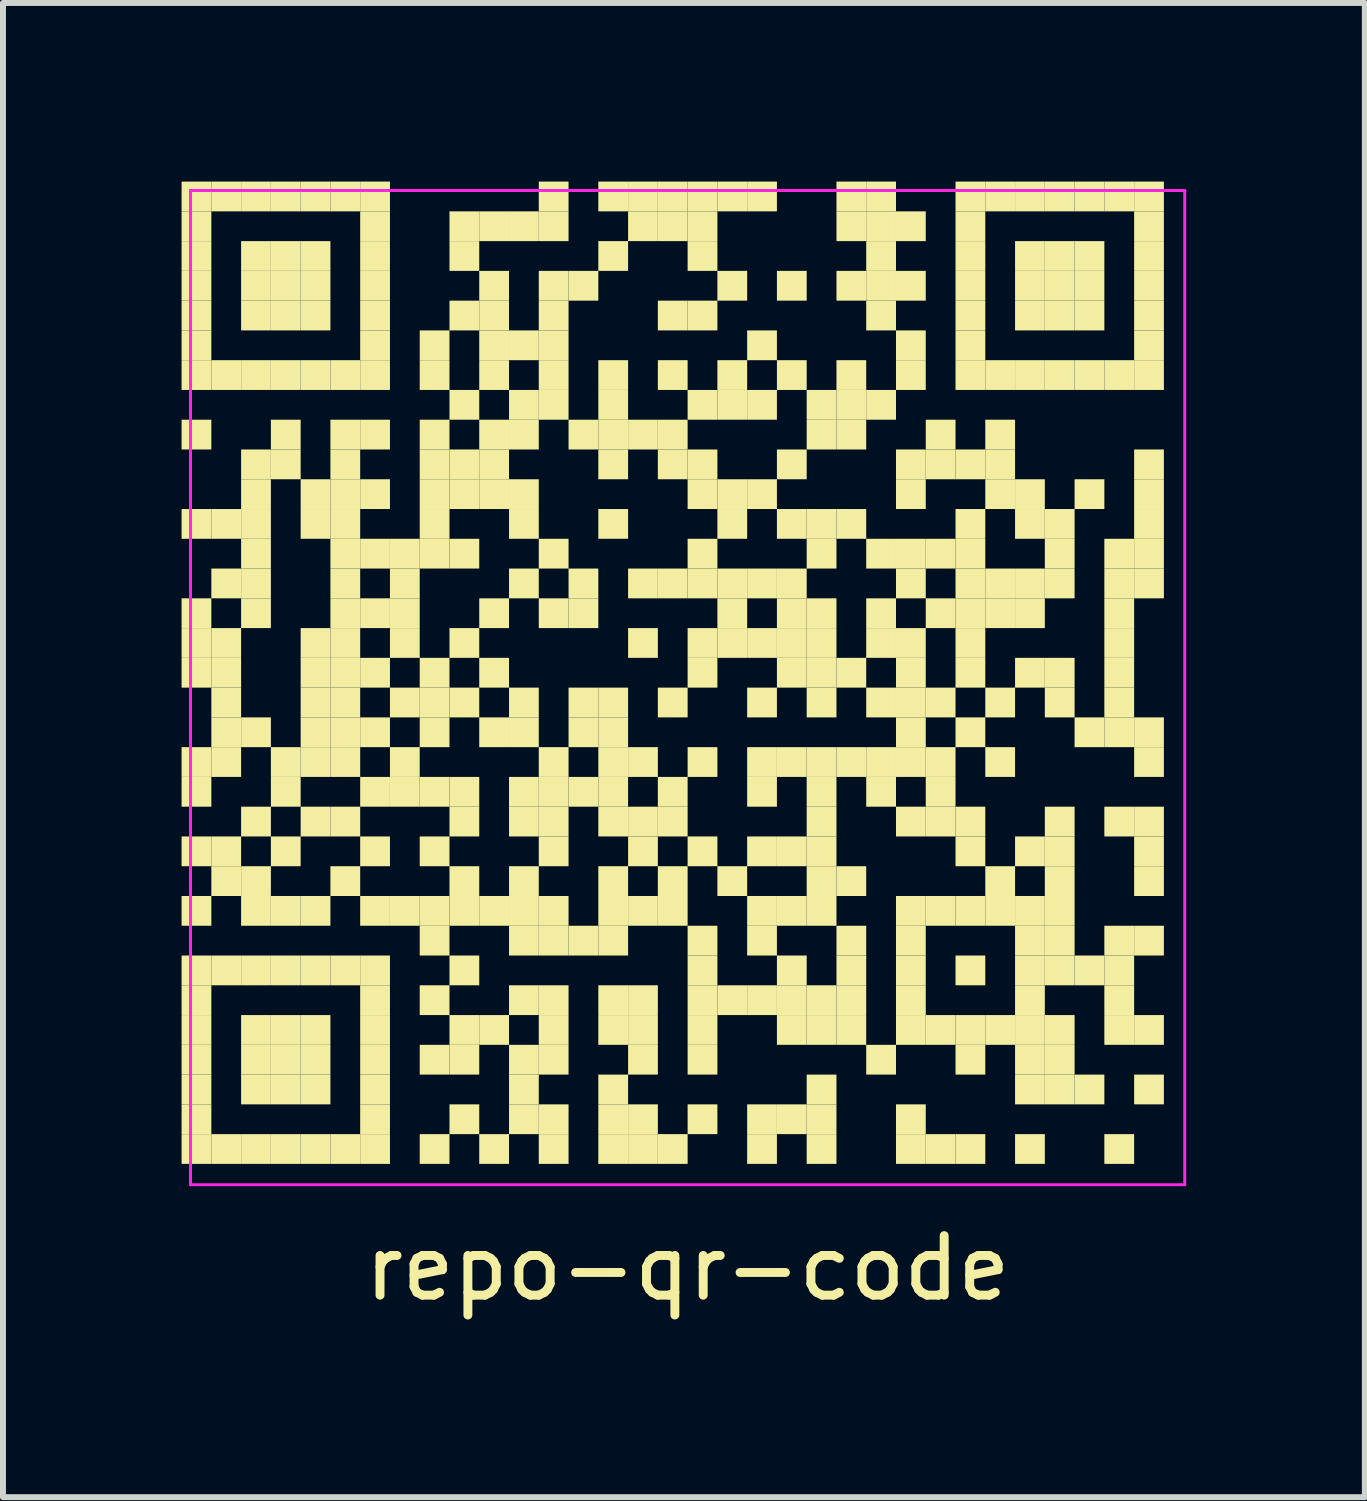
<source format=kicad_pcb>
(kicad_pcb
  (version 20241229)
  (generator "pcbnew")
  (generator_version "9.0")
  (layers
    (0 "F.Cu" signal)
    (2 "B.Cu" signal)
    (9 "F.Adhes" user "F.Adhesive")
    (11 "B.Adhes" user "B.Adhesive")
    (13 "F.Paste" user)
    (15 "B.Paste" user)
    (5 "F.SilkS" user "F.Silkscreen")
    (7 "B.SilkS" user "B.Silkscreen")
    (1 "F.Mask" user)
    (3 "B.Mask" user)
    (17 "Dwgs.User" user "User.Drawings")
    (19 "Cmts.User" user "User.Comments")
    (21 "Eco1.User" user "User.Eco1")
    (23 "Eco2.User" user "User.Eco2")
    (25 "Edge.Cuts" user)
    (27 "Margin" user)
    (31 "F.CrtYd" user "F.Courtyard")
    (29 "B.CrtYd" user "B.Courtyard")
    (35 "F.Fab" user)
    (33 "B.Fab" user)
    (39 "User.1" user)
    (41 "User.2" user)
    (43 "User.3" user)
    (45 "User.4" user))
  (footprint "repo-qr-code"
    (layer "F.Cu")
    (at 8.5 8.5)
    (property "Reference" "repo-qr-code" (at 0 9.75 0) (layer "F.SilkS") (effects (font (size 1 1) (thickness 0.15))))
    (attr through_hole)
    (fp_poly (pts (xy -8 -8) (xy -8 -8.5) (xy -8.5 -8.5) (xy -8.5 -8)) (stroke (width 0) (type solid)) (fill yes) (layer "F.SilkS"))
    (fp_poly (pts (xy -8 -7.5) (xy -8 -8) (xy -8.5 -8) (xy -8.5 -7.5)) (stroke (width 0) (type solid)) (fill yes) (layer "F.SilkS"))
    (fp_poly (pts (xy -8 -7) (xy -8 -7.5) (xy -8.5 -7.5) (xy -8.5 -7)) (stroke (width 0) (type solid)) (fill yes) (layer "F.SilkS"))
    (fp_poly (pts (xy -8 -6.5) (xy -8 -7) (xy -8.5 -7) (xy -8.5 -6.5)) (stroke (width 0) (type solid)) (fill yes) (layer "F.SilkS"))
    (fp_poly (pts (xy -8 -6) (xy -8 -6.5) (xy -8.5 -6.5) (xy -8.5 -6)) (stroke (width 0) (type solid)) (fill yes) (layer "F.SilkS"))
    (fp_poly (pts (xy -8 -5.5) (xy -8 -6) (xy -8.5 -6) (xy -8.5 -5.5)) (stroke (width 0) (type solid)) (fill yes) (layer "F.SilkS"))
    (fp_poly (pts (xy -8 -5) (xy -8 -5.5) (xy -8.5 -5.5) (xy -8.5 -5)) (stroke (width 0) (type solid)) (fill yes) (layer "F.SilkS"))
    (fp_poly (pts (xy -8 -4) (xy -8 -4.5) (xy -8.5 -4.5) (xy -8.5 -4)) (stroke (width 0) (type solid)) (fill yes) (layer "F.SilkS"))
    (fp_poly (pts (xy -8 -2.5) (xy -8 -3) (xy -8.5 -3) (xy -8.5 -2.5)) (stroke (width 0) (type solid)) (fill yes) (layer "F.SilkS"))
    (fp_poly (pts (xy -8 -1) (xy -8 -1.5) (xy -8.5 -1.5) (xy -8.5 -1)) (stroke (width 0) (type solid)) (fill yes) (layer "F.SilkS"))
    (fp_poly (pts (xy -8 -0.5) (xy -8 -1) (xy -8.5 -1) (xy -8.5 -0.5)) (stroke (width 0) (type solid)) (fill yes) (layer "F.SilkS"))
    (fp_poly (pts (xy -8 0) (xy -8 -0.5) (xy -8.5 -0.5) (xy -8.5 0)) (stroke (width 0) (type solid)) (fill yes) (layer "F.SilkS"))
    (fp_poly (pts (xy -8 1.5) (xy -8 1) (xy -8.5 1) (xy -8.5 1.5)) (stroke (width 0) (type solid)) (fill yes) (layer "F.SilkS"))
    (fp_poly (pts (xy -8 2) (xy -8 1.5) (xy -8.5 1.5) (xy -8.5 2)) (stroke (width 0) (type solid)) (fill yes) (layer "F.SilkS"))
    (fp_poly (pts (xy -8 3) (xy -8 2.5) (xy -8.5 2.5) (xy -8.5 3)) (stroke (width 0) (type solid)) (fill yes) (layer "F.SilkS"))
    (fp_poly (pts (xy -8 4) (xy -8 3.5) (xy -8.5 3.5) (xy -8.5 4)) (stroke (width 0) (type solid)) (fill yes) (layer "F.SilkS"))
    (fp_poly (pts (xy -8 5) (xy -8 4.5) (xy -8.5 4.5) (xy -8.5 5)) (stroke (width 0) (type solid)) (fill yes) (layer "F.SilkS"))
    (fp_poly (pts (xy -8 5.5) (xy -8 5) (xy -8.5 5) (xy -8.5 5.5)) (stroke (width 0) (type solid)) (fill yes) (layer "F.SilkS"))
    (fp_poly (pts (xy -8 6) (xy -8 5.5) (xy -8.5 5.5) (xy -8.5 6)) (stroke (width 0) (type solid)) (fill yes) (layer "F.SilkS"))
    (fp_poly (pts (xy -8 6.5) (xy -8 6) (xy -8.5 6) (xy -8.5 6.5)) (stroke (width 0) (type solid)) (fill yes) (layer "F.SilkS"))
    (fp_poly (pts (xy -8 7) (xy -8 6.5) (xy -8.5 6.5) (xy -8.5 7)) (stroke (width 0) (type solid)) (fill yes) (layer "F.SilkS"))
    (fp_poly (pts (xy -8 7.5) (xy -8 7) (xy -8.5 7) (xy -8.5 7.5)) (stroke (width 0) (type solid)) (fill yes) (layer "F.SilkS"))
    (fp_poly (pts (xy -8 8) (xy -8 7.5) (xy -8.5 7.5) (xy -8.5 8)) (stroke (width 0) (type solid)) (fill yes) (layer "F.SilkS"))
    (fp_poly (pts (xy -7.5 -8) (xy -7.5 -8.5) (xy -8 -8.5) (xy -8 -8)) (stroke (width 0) (type solid)) (fill yes) (layer "F.SilkS"))
    (fp_poly (pts (xy -7.5 -5) (xy -7.5 -5.5) (xy -8 -5.5) (xy -8 -5)) (stroke (width 0) (type solid)) (fill yes) (layer "F.SilkS"))
    (fp_poly (pts (xy -7.5 -2.5) (xy -7.5 -3) (xy -8 -3) (xy -8 -2.5)) (stroke (width 0) (type solid)) (fill yes) (layer "F.SilkS"))
    (fp_poly (pts (xy -7.5 -1.5) (xy -7.5 -2) (xy -8 -2) (xy -8 -1.5)) (stroke (width 0) (type solid)) (fill yes) (layer "F.SilkS"))
    (fp_poly (pts (xy -7.5 -0.5) (xy -7.5 -1) (xy -8 -1) (xy -8 -0.5)) (stroke (width 0) (type solid)) (fill yes) (layer "F.SilkS"))
    (fp_poly (pts (xy -7.5 0) (xy -7.5 -0.5) (xy -8 -0.5) (xy -8 0)) (stroke (width 0) (type solid)) (fill yes) (layer "F.SilkS"))
    (fp_poly (pts (xy -7.5 0.5) (xy -7.5 0) (xy -8 0) (xy -8 0.5)) (stroke (width 0) (type solid)) (fill yes) (layer "F.SilkS"))
    (fp_poly (pts (xy -7.5 1) (xy -7.5 0.5) (xy -8 0.5) (xy -8 1)) (stroke (width 0) (type solid)) (fill yes) (layer "F.SilkS"))
    (fp_poly (pts (xy -7.5 1.5) (xy -7.5 1) (xy -8 1) (xy -8 1.5)) (stroke (width 0) (type solid)) (fill yes) (layer "F.SilkS"))
    (fp_poly (pts (xy -7.5 3) (xy -7.5 2.5) (xy -8 2.5) (xy -8 3)) (stroke (width 0) (type solid)) (fill yes) (layer "F.SilkS"))
    (fp_poly (pts (xy -7.5 3.5) (xy -7.5 3) (xy -8 3) (xy -8 3.5)) (stroke (width 0) (type solid)) (fill yes) (layer "F.SilkS"))
    (fp_poly (pts (xy -7.5 5) (xy -7.5 4.5) (xy -8 4.5) (xy -8 5)) (stroke (width 0) (type solid)) (fill yes) (layer "F.SilkS"))
    (fp_poly (pts (xy -7.5 8) (xy -7.5 7.5) (xy -8 7.5) (xy -8 8)) (stroke (width 0) (type solid)) (fill yes) (layer "F.SilkS"))
    (fp_poly (pts (xy -7 -8) (xy -7 -8.5) (xy -7.5 -8.5) (xy -7.5 -8)) (stroke (width 0) (type solid)) (fill yes) (layer "F.SilkS"))
    (fp_poly (pts (xy -7 -7) (xy -7 -7.5) (xy -7.5 -7.5) (xy -7.5 -7)) (stroke (width 0) (type solid)) (fill yes) (layer "F.SilkS"))
    (fp_poly (pts (xy -7 -6.5) (xy -7 -7) (xy -7.5 -7) (xy -7.5 -6.5)) (stroke (width 0) (type solid)) (fill yes) (layer "F.SilkS"))
    (fp_poly (pts (xy -7 -6) (xy -7 -6.5) (xy -7.5 -6.5) (xy -7.5 -6)) (stroke (width 0) (type solid)) (fill yes) (layer "F.SilkS"))
    (fp_poly (pts (xy -7 -5) (xy -7 -5.5) (xy -7.5 -5.5) (xy -7.5 -5)) (stroke (width 0) (type solid)) (fill yes) (layer "F.SilkS"))
    (fp_poly (pts (xy -7 -3.5) (xy -7 -4) (xy -7.5 -4) (xy -7.5 -3.5)) (stroke (width 0) (type solid)) (fill yes) (layer "F.SilkS"))
    (fp_poly (pts (xy -7 -3) (xy -7 -3.5) (xy -7.5 -3.5) (xy -7.5 -3)) (stroke (width 0) (type solid)) (fill yes) (layer "F.SilkS"))
    (fp_poly (pts (xy -7 -2.5) (xy -7 -3) (xy -7.5 -3) (xy -7.5 -2.5)) (stroke (width 0) (type solid)) (fill yes) (layer "F.SilkS"))
    (fp_poly (pts (xy -7 -2) (xy -7 -2.5) (xy -7.5 -2.5) (xy -7.5 -2)) (stroke (width 0) (type solid)) (fill yes) (layer "F.SilkS"))
    (fp_poly (pts (xy -7 -1.5) (xy -7 -2) (xy -7.5 -2) (xy -7.5 -1.5)) (stroke (width 0) (type solid)) (fill yes) (layer "F.SilkS"))
    (fp_poly (pts (xy -7 -1) (xy -7 -1.5) (xy -7.5 -1.5) (xy -7.5 -1)) (stroke (width 0) (type solid)) (fill yes) (layer "F.SilkS"))
    (fp_poly (pts (xy -7 1) (xy -7 0.5) (xy -7.5 0.5) (xy -7.5 1)) (stroke (width 0) (type solid)) (fill yes) (layer "F.SilkS"))
    (fp_poly (pts (xy -7 2.5) (xy -7 2) (xy -7.5 2) (xy -7.5 2.5)) (stroke (width 0) (type solid)) (fill yes) (layer "F.SilkS"))
    (fp_poly (pts (xy -7 3.5) (xy -7 3) (xy -7.5 3) (xy -7.5 3.5)) (stroke (width 0) (type solid)) (fill yes) (layer "F.SilkS"))
    (fp_poly (pts (xy -7 4) (xy -7 3.5) (xy -7.5 3.5) (xy -7.5 4)) (stroke (width 0) (type solid)) (fill yes) (layer "F.SilkS"))
    (fp_poly (pts (xy -7 5) (xy -7 4.5) (xy -7.5 4.5) (xy -7.5 5)) (stroke (width 0) (type solid)) (fill yes) (layer "F.SilkS"))
    (fp_poly (pts (xy -7 6) (xy -7 5.5) (xy -7.5 5.5) (xy -7.5 6)) (stroke (width 0) (type solid)) (fill yes) (layer "F.SilkS"))
    (fp_poly (pts (xy -7 6.5) (xy -7 6) (xy -7.5 6) (xy -7.5 6.5)) (stroke (width 0) (type solid)) (fill yes) (layer "F.SilkS"))
    (fp_poly (pts (xy -7 7) (xy -7 6.5) (xy -7.5 6.5) (xy -7.5 7)) (stroke (width 0) (type solid)) (fill yes) (layer "F.SilkS"))
    (fp_poly (pts (xy -7 8) (xy -7 7.5) (xy -7.5 7.5) (xy -7.5 8)) (stroke (width 0) (type solid)) (fill yes) (layer "F.SilkS"))
    (fp_poly (pts (xy -6.5 -8) (xy -6.5 -8.5) (xy -7 -8.5) (xy -7 -8)) (stroke (width 0) (type solid)) (fill yes) (layer "F.SilkS"))
    (fp_poly (pts (xy -6.5 -7) (xy -6.5 -7.5) (xy -7 -7.5) (xy -7 -7)) (stroke (width 0) (type solid)) (fill yes) (layer "F.SilkS"))
    (fp_poly (pts (xy -6.5 -6.5) (xy -6.5 -7) (xy -7 -7) (xy -7 -6.5)) (stroke (width 0) (type solid)) (fill yes) (layer "F.SilkS"))
    (fp_poly (pts (xy -6.5 -6) (xy -6.5 -6.5) (xy -7 -6.5) (xy -7 -6)) (stroke (width 0) (type solid)) (fill yes) (layer "F.SilkS"))
    (fp_poly (pts (xy -6.5 -5) (xy -6.5 -5.5) (xy -7 -5.5) (xy -7 -5)) (stroke (width 0) (type solid)) (fill yes) (layer "F.SilkS"))
    (fp_poly (pts (xy -6.5 -4) (xy -6.5 -4.5) (xy -7 -4.5) (xy -7 -4)) (stroke (width 0) (type solid)) (fill yes) (layer "F.SilkS"))
    (fp_poly (pts (xy -6.5 -3.5) (xy -6.5 -4) (xy -7 -4) (xy -7 -3.5)) (stroke (width 0) (type solid)) (fill yes) (layer "F.SilkS"))
    (fp_poly (pts (xy -6.5 1.5) (xy -6.5 1) (xy -7 1) (xy -7 1.5)) (stroke (width 0) (type solid)) (fill yes) (layer "F.SilkS"))
    (fp_poly (pts (xy -6.5 2) (xy -6.5 1.5) (xy -7 1.5) (xy -7 2)) (stroke (width 0) (type solid)) (fill yes) (layer "F.SilkS"))
    (fp_poly (pts (xy -6.5 3) (xy -6.5 2.5) (xy -7 2.5) (xy -7 3)) (stroke (width 0) (type solid)) (fill yes) (layer "F.SilkS"))
    (fp_poly (pts (xy -6.5 4) (xy -6.5 3.5) (xy -7 3.5) (xy -7 4)) (stroke (width 0) (type solid)) (fill yes) (layer "F.SilkS"))
    (fp_poly (pts (xy -6.5 5) (xy -6.5 4.5) (xy -7 4.5) (xy -7 5)) (stroke (width 0) (type solid)) (fill yes) (layer "F.SilkS"))
    (fp_poly (pts (xy -6.5 6) (xy -6.5 5.5) (xy -7 5.5) (xy -7 6)) (stroke (width 0) (type solid)) (fill yes) (layer "F.SilkS"))
    (fp_poly (pts (xy -6.5 6.5) (xy -6.5 6) (xy -7 6) (xy -7 6.5)) (stroke (width 0) (type solid)) (fill yes) (layer "F.SilkS"))
    (fp_poly (pts (xy -6.5 7) (xy -6.5 6.5) (xy -7 6.5) (xy -7 7)) (stroke (width 0) (type solid)) (fill yes) (layer "F.SilkS"))
    (fp_poly (pts (xy -6.5 8) (xy -6.5 7.5) (xy -7 7.5) (xy -7 8)) (stroke (width 0) (type solid)) (fill yes) (layer "F.SilkS"))
    (fp_poly (pts (xy -6 -8) (xy -6 -8.5) (xy -6.5 -8.5) (xy -6.5 -8)) (stroke (width 0) (type solid)) (fill yes) (layer "F.SilkS"))
    (fp_poly (pts (xy -6 -7) (xy -6 -7.5) (xy -6.5 -7.5) (xy -6.5 -7)) (stroke (width 0) (type solid)) (fill yes) (layer "F.SilkS"))
    (fp_poly (pts (xy -6 -6.5) (xy -6 -7) (xy -6.5 -7) (xy -6.5 -6.5)) (stroke (width 0) (type solid)) (fill yes) (layer "F.SilkS"))
    (fp_poly (pts (xy -6 -6) (xy -6 -6.5) (xy -6.5 -6.5) (xy -6.5 -6)) (stroke (width 0) (type solid)) (fill yes) (layer "F.SilkS"))
    (fp_poly (pts (xy -6 -5) (xy -6 -5.5) (xy -6.5 -5.5) (xy -6.5 -5)) (stroke (width 0) (type solid)) (fill yes) (layer "F.SilkS"))
    (fp_poly (pts (xy -6 -3) (xy -6 -3.5) (xy -6.5 -3.5) (xy -6.5 -3)) (stroke (width 0) (type solid)) (fill yes) (layer "F.SilkS"))
    (fp_poly (pts (xy -6 -2.5) (xy -6 -3) (xy -6.5 -3) (xy -6.5 -2.5)) (stroke (width 0) (type solid)) (fill yes) (layer "F.SilkS"))
    (fp_poly (pts (xy -6 -0.5) (xy -6 -1) (xy -6.5 -1) (xy -6.5 -0.5)) (stroke (width 0) (type solid)) (fill yes) (layer "F.SilkS"))
    (fp_poly (pts (xy -6 0) (xy -6 -0.5) (xy -6.5 -0.5) (xy -6.5 0)) (stroke (width 0) (type solid)) (fill yes) (layer "F.SilkS"))
    (fp_poly (pts (xy -6 0.5) (xy -6 0) (xy -6.5 0) (xy -6.5 0.5)) (stroke (width 0) (type solid)) (fill yes) (layer "F.SilkS"))
    (fp_poly (pts (xy -6 1) (xy -6 0.5) (xy -6.5 0.5) (xy -6.5 1)) (stroke (width 0) (type solid)) (fill yes) (layer "F.SilkS"))
    (fp_poly (pts (xy -6 1.5) (xy -6 1) (xy -6.5 1) (xy -6.5 1.5)) (stroke (width 0) (type solid)) (fill yes) (layer "F.SilkS"))
    (fp_poly (pts (xy -6 2.5) (xy -6 2) (xy -6.5 2) (xy -6.5 2.5)) (stroke (width 0) (type solid)) (fill yes) (layer "F.SilkS"))
    (fp_poly (pts (xy -6 4) (xy -6 3.5) (xy -6.5 3.5) (xy -6.5 4)) (stroke (width 0) (type solid)) (fill yes) (layer "F.SilkS"))
    (fp_poly (pts (xy -6 5) (xy -6 4.5) (xy -6.5 4.5) (xy -6.5 5)) (stroke (width 0) (type solid)) (fill yes) (layer "F.SilkS"))
    (fp_poly (pts (xy -6 6) (xy -6 5.5) (xy -6.5 5.5) (xy -6.5 6)) (stroke (width 0) (type solid)) (fill yes) (layer "F.SilkS"))
    (fp_poly (pts (xy -6 6.5) (xy -6 6) (xy -6.5 6) (xy -6.5 6.5)) (stroke (width 0) (type solid)) (fill yes) (layer "F.SilkS"))
    (fp_poly (pts (xy -6 7) (xy -6 6.5) (xy -6.5 6.5) (xy -6.5 7)) (stroke (width 0) (type solid)) (fill yes) (layer "F.SilkS"))
    (fp_poly (pts (xy -6 8) (xy -6 7.5) (xy -6.5 7.5) (xy -6.5 8)) (stroke (width 0) (type solid)) (fill yes) (layer "F.SilkS"))
    (fp_poly (pts (xy -5.5 -8) (xy -5.5 -8.5) (xy -6 -8.5) (xy -6 -8)) (stroke (width 0) (type solid)) (fill yes) (layer "F.SilkS"))
    (fp_poly (pts (xy -5.5 -5) (xy -5.5 -5.5) (xy -6 -5.5) (xy -6 -5)) (stroke (width 0) (type solid)) (fill yes) (layer "F.SilkS"))
    (fp_poly (pts (xy -5.5 -4) (xy -5.5 -4.5) (xy -6 -4.5) (xy -6 -4)) (stroke (width 0) (type solid)) (fill yes) (layer "F.SilkS"))
    (fp_poly (pts (xy -5.5 -3.5) (xy -5.5 -4) (xy -6 -4) (xy -6 -3.5)) (stroke (width 0) (type solid)) (fill yes) (layer "F.SilkS"))
    (fp_poly (pts (xy -5.5 -3) (xy -5.5 -3.5) (xy -6 -3.5) (xy -6 -3)) (stroke (width 0) (type solid)) (fill yes) (layer "F.SilkS"))
    (fp_poly (pts (xy -5.5 -2.5) (xy -5.5 -3) (xy -6 -3) (xy -6 -2.5)) (stroke (width 0) (type solid)) (fill yes) (layer "F.SilkS"))
    (fp_poly (pts (xy -5.5 -2) (xy -5.5 -2.5) (xy -6 -2.5) (xy -6 -2)) (stroke (width 0) (type solid)) (fill yes) (layer "F.SilkS"))
    (fp_poly (pts (xy -5.5 -1.5) (xy -5.5 -2) (xy -6 -2) (xy -6 -1.5)) (stroke (width 0) (type solid)) (fill yes) (layer "F.SilkS"))
    (fp_poly (pts (xy -5.5 -1) (xy -5.5 -1.5) (xy -6 -1.5) (xy -6 -1)) (stroke (width 0) (type solid)) (fill yes) (layer "F.SilkS"))
    (fp_poly (pts (xy -5.5 -0.5) (xy -5.5 -1) (xy -6 -1) (xy -6 -0.5)) (stroke (width 0) (type solid)) (fill yes) (layer "F.SilkS"))
    (fp_poly (pts (xy -5.5 0) (xy -5.5 -0.5) (xy -6 -0.5) (xy -6 0)) (stroke (width 0) (type solid)) (fill yes) (layer "F.SilkS"))
    (fp_poly (pts (xy -5.5 0.5) (xy -5.5 0) (xy -6 0) (xy -6 0.5)) (stroke (width 0) (type solid)) (fill yes) (layer "F.SilkS"))
    (fp_poly (pts (xy -5.5 1) (xy -5.5 0.5) (xy -6 0.5) (xy -6 1)) (stroke (width 0) (type solid)) (fill yes) (layer "F.SilkS"))
    (fp_poly (pts (xy -5.5 1.5) (xy -5.5 1) (xy -6 1) (xy -6 1.5)) (stroke (width 0) (type solid)) (fill yes) (layer "F.SilkS"))
    (fp_poly (pts (xy -5.5 2.5) (xy -5.5 2) (xy -6 2) (xy -6 2.5)) (stroke (width 0) (type solid)) (fill yes) (layer "F.SilkS"))
    (fp_poly (pts (xy -5.5 3.5) (xy -5.5 3) (xy -6 3) (xy -6 3.5)) (stroke (width 0) (type solid)) (fill yes) (layer "F.SilkS"))
    (fp_poly (pts (xy -5.5 5) (xy -5.5 4.5) (xy -6 4.5) (xy -6 5)) (stroke (width 0) (type solid)) (fill yes) (layer "F.SilkS"))
    (fp_poly (pts (xy -5.5 8) (xy -5.5 7.5) (xy -6 7.5) (xy -6 8)) (stroke (width 0) (type solid)) (fill yes) (layer "F.SilkS"))
    (fp_poly (pts (xy -5 -8) (xy -5 -8.5) (xy -5.5 -8.5) (xy -5.5 -8)) (stroke (width 0) (type solid)) (fill yes) (layer "F.SilkS"))
    (fp_poly (pts (xy -5 -7.5) (xy -5 -8) (xy -5.5 -8) (xy -5.5 -7.5)) (stroke (width 0) (type solid)) (fill yes) (layer "F.SilkS"))
    (fp_poly (pts (xy -5 -7) (xy -5 -7.5) (xy -5.5 -7.5) (xy -5.5 -7)) (stroke (width 0) (type solid)) (fill yes) (layer "F.SilkS"))
    (fp_poly (pts (xy -5 -6.5) (xy -5 -7) (xy -5.5 -7) (xy -5.5 -6.5)) (stroke (width 0) (type solid)) (fill yes) (layer "F.SilkS"))
    (fp_poly (pts (xy -5 -6) (xy -5 -6.5) (xy -5.5 -6.5) (xy -5.5 -6)) (stroke (width 0) (type solid)) (fill yes) (layer "F.SilkS"))
    (fp_poly (pts (xy -5 -5.5) (xy -5 -6) (xy -5.5 -6) (xy -5.5 -5.5)) (stroke (width 0) (type solid)) (fill yes) (layer "F.SilkS"))
    (fp_poly (pts (xy -5 -5) (xy -5 -5.5) (xy -5.5 -5.5) (xy -5.5 -5)) (stroke (width 0) (type solid)) (fill yes) (layer "F.SilkS"))
    (fp_poly (pts (xy -5 -4) (xy -5 -4.5) (xy -5.5 -4.5) (xy -5.5 -4)) (stroke (width 0) (type solid)) (fill yes) (layer "F.SilkS"))
    (fp_poly (pts (xy -5 -3) (xy -5 -3.5) (xy -5.5 -3.5) (xy -5.5 -3)) (stroke (width 0) (type solid)) (fill yes) (layer "F.SilkS"))
    (fp_poly (pts (xy -5 -2) (xy -5 -2.5) (xy -5.5 -2.5) (xy -5.5 -2)) (stroke (width 0) (type solid)) (fill yes) (layer "F.SilkS"))
    (fp_poly (pts (xy -5 -1) (xy -5 -1.5) (xy -5.5 -1.5) (xy -5.5 -1)) (stroke (width 0) (type solid)) (fill yes) (layer "F.SilkS"))
    (fp_poly (pts (xy -5 0) (xy -5 -0.5) (xy -5.5 -0.5) (xy -5.5 0)) (stroke (width 0) (type solid)) (fill yes) (layer "F.SilkS"))
    (fp_poly (pts (xy -5 1) (xy -5 0.5) (xy -5.5 0.5) (xy -5.5 1)) (stroke (width 0) (type solid)) (fill yes) (layer "F.SilkS"))
    (fp_poly (pts (xy -5 2) (xy -5 1.5) (xy -5.5 1.5) (xy -5.5 2)) (stroke (width 0) (type solid)) (fill yes) (layer "F.SilkS"))
    (fp_poly (pts (xy -5 3) (xy -5 2.5) (xy -5.5 2.5) (xy -5.5 3)) (stroke (width 0) (type solid)) (fill yes) (layer "F.SilkS"))
    (fp_poly (pts (xy -5 4) (xy -5 3.5) (xy -5.5 3.5) (xy -5.5 4)) (stroke (width 0) (type solid)) (fill yes) (layer "F.SilkS"))
    (fp_poly (pts (xy -5 5) (xy -5 4.5) (xy -5.5 4.5) (xy -5.5 5)) (stroke (width 0) (type solid)) (fill yes) (layer "F.SilkS"))
    (fp_poly (pts (xy -5 5.5) (xy -5 5) (xy -5.5 5) (xy -5.5 5.5)) (stroke (width 0) (type solid)) (fill yes) (layer "F.SilkS"))
    (fp_poly (pts (xy -5 6) (xy -5 5.5) (xy -5.5 5.5) (xy -5.5 6)) (stroke (width 0) (type solid)) (fill yes) (layer "F.SilkS"))
    (fp_poly (pts (xy -5 6.5) (xy -5 6) (xy -5.5 6) (xy -5.5 6.5)) (stroke (width 0) (type solid)) (fill yes) (layer "F.SilkS"))
    (fp_poly (pts (xy -5 7) (xy -5 6.5) (xy -5.5 6.5) (xy -5.5 7)) (stroke (width 0) (type solid)) (fill yes) (layer "F.SilkS"))
    (fp_poly (pts (xy -5 7.5) (xy -5 7) (xy -5.5 7) (xy -5.5 7.5)) (stroke (width 0) (type solid)) (fill yes) (layer "F.SilkS"))
    (fp_poly (pts (xy -5 8) (xy -5 7.5) (xy -5.5 7.5) (xy -5.5 8)) (stroke (width 0) (type solid)) (fill yes) (layer "F.SilkS"))
    (fp_poly (pts (xy -4.5 -2) (xy -4.5 -2.5) (xy -5 -2.5) (xy -5 -2)) (stroke (width 0) (type solid)) (fill yes) (layer "F.SilkS"))
    (fp_poly (pts (xy -4.5 -1.5) (xy -4.5 -2) (xy -5 -2) (xy -5 -1.5)) (stroke (width 0) (type solid)) (fill yes) (layer "F.SilkS"))
    (fp_poly (pts (xy -4.5 -1) (xy -4.5 -1.5) (xy -5 -1.5) (xy -5 -1)) (stroke (width 0) (type solid)) (fill yes) (layer "F.SilkS"))
    (fp_poly (pts (xy -4.5 -0.5) (xy -4.5 -1) (xy -5 -1) (xy -5 -0.5)) (stroke (width 0) (type solid)) (fill yes) (layer "F.SilkS"))
    (fp_poly (pts (xy -4.5 0.5) (xy -4.5 0) (xy -5 0) (xy -5 0.5)) (stroke (width 0) (type solid)) (fill yes) (layer "F.SilkS"))
    (fp_poly (pts (xy -4.5 1.5) (xy -4.5 1) (xy -5 1) (xy -5 1.5)) (stroke (width 0) (type solid)) (fill yes) (layer "F.SilkS"))
    (fp_poly (pts (xy -4.5 2) (xy -4.5 1.5) (xy -5 1.5) (xy -5 2)) (stroke (width 0) (type solid)) (fill yes) (layer "F.SilkS"))
    (fp_poly (pts (xy -4.5 4) (xy -4.5 3.5) (xy -5 3.5) (xy -5 4)) (stroke (width 0) (type solid)) (fill yes) (layer "F.SilkS"))
    (fp_poly (pts (xy -4 -5.5) (xy -4 -6) (xy -4.5 -6) (xy -4.5 -5.5)) (stroke (width 0) (type solid)) (fill yes) (layer "F.SilkS"))
    (fp_poly (pts (xy -4 -5) (xy -4 -5.5) (xy -4.5 -5.5) (xy -4.5 -5)) (stroke (width 0) (type solid)) (fill yes) (layer "F.SilkS"))
    (fp_poly (pts (xy -4 -4) (xy -4 -4.5) (xy -4.5 -4.5) (xy -4.5 -4)) (stroke (width 0) (type solid)) (fill yes) (layer "F.SilkS"))
    (fp_poly (pts (xy -4 -3.5) (xy -4 -4) (xy -4.5 -4) (xy -4.5 -3.5)) (stroke (width 0) (type solid)) (fill yes) (layer "F.SilkS"))
    (fp_poly (pts (xy -4 -3) (xy -4 -3.5) (xy -4.5 -3.5) (xy -4.5 -3)) (stroke (width 0) (type solid)) (fill yes) (layer "F.SilkS"))
    (fp_poly (pts (xy -4 -2.5) (xy -4 -3) (xy -4.5 -3) (xy -4.5 -2.5)) (stroke (width 0) (type solid)) (fill yes) (layer "F.SilkS"))
    (fp_poly (pts (xy -4 -2) (xy -4 -2.5) (xy -4.5 -2.5) (xy -4.5 -2)) (stroke (width 0) (type solid)) (fill yes) (layer "F.SilkS"))
    (fp_poly (pts (xy -4 0) (xy -4 -0.5) (xy -4.5 -0.5) (xy -4.5 0)) (stroke (width 0) (type solid)) (fill yes) (layer "F.SilkS"))
    (fp_poly (pts (xy -4 0.5) (xy -4 0) (xy -4.5 0) (xy -4.5 0.5)) (stroke (width 0) (type solid)) (fill yes) (layer "F.SilkS"))
    (fp_poly (pts (xy -4 1) (xy -4 0.5) (xy -4.5 0.5) (xy -4.5 1)) (stroke (width 0) (type solid)) (fill yes) (layer "F.SilkS"))
    (fp_poly (pts (xy -4 2) (xy -4 1.5) (xy -4.5 1.5) (xy -4.5 2)) (stroke (width 0) (type solid)) (fill yes) (layer "F.SilkS"))
    (fp_poly (pts (xy -4 3) (xy -4 2.5) (xy -4.5 2.5) (xy -4.5 3)) (stroke (width 0) (type solid)) (fill yes) (layer "F.SilkS"))
    (fp_poly (pts (xy -4 4) (xy -4 3.5) (xy -4.5 3.5) (xy -4.5 4)) (stroke (width 0) (type solid)) (fill yes) (layer "F.SilkS"))
    (fp_poly (pts (xy -4 4.5) (xy -4 4) (xy -4.5 4) (xy -4.5 4.5)) (stroke (width 0) (type solid)) (fill yes) (layer "F.SilkS"))
    (fp_poly (pts (xy -4 5.5) (xy -4 5) (xy -4.5 5) (xy -4.5 5.5)) (stroke (width 0) (type solid)) (fill yes) (layer "F.SilkS"))
    (fp_poly (pts (xy -4 6.5) (xy -4 6) (xy -4.5 6) (xy -4.5 6.5)) (stroke (width 0) (type solid)) (fill yes) (layer "F.SilkS"))
    (fp_poly (pts (xy -4 8) (xy -4 7.5) (xy -4.5 7.5) (xy -4.5 8)) (stroke (width 0) (type solid)) (fill yes) (layer "F.SilkS"))
    (fp_poly (pts (xy -3.5 -7.5) (xy -3.5 -8) (xy -4 -8) (xy -4 -7.5)) (stroke (width 0) (type solid)) (fill yes) (layer "F.SilkS"))
    (fp_poly (pts (xy -3.5 -7) (xy -3.5 -7.5) (xy -4 -7.5) (xy -4 -7)) (stroke (width 0) (type solid)) (fill yes) (layer "F.SilkS"))
    (fp_poly (pts (xy -3.5 -6) (xy -3.5 -6.5) (xy -4 -6.5) (xy -4 -6)) (stroke (width 0) (type solid)) (fill yes) (layer "F.SilkS"))
    (fp_poly (pts (xy -3.5 -4.5) (xy -3.5 -5) (xy -4 -5) (xy -4 -4.5)) (stroke (width 0) (type solid)) (fill yes) (layer "F.SilkS"))
    (fp_poly (pts (xy -3.5 -3.5) (xy -3.5 -4) (xy -4 -4) (xy -4 -3.5)) (stroke (width 0) (type solid)) (fill yes) (layer "F.SilkS"))
    (fp_poly (pts (xy -3.5 -3) (xy -3.5 -3.5) (xy -4 -3.5) (xy -4 -3)) (stroke (width 0) (type solid)) (fill yes) (layer "F.SilkS"))
    (fp_poly (pts (xy -3.5 -2) (xy -3.5 -2.5) (xy -4 -2.5) (xy -4 -2)) (stroke (width 0) (type solid)) (fill yes) (layer "F.SilkS"))
    (fp_poly (pts (xy -3.5 -0.5) (xy -3.5 -1) (xy -4 -1) (xy -4 -0.5)) (stroke (width 0) (type solid)) (fill yes) (layer "F.SilkS"))
    (fp_poly (pts (xy -3.5 0.5) (xy -3.5 0) (xy -4 0) (xy -4 0.5)) (stroke (width 0) (type solid)) (fill yes) (layer "F.SilkS"))
    (fp_poly (pts (xy -3.5 2) (xy -3.5 1.5) (xy -4 1.5) (xy -4 2)) (stroke (width 0) (type solid)) (fill yes) (layer "F.SilkS"))
    (fp_poly (pts (xy -3.5 2.5) (xy -3.5 2) (xy -4 2) (xy -4 2.5)) (stroke (width 0) (type solid)) (fill yes) (layer "F.SilkS"))
    (fp_poly (pts (xy -3.5 3.5) (xy -3.5 3) (xy -4 3) (xy -4 3.5)) (stroke (width 0) (type solid)) (fill yes) (layer "F.SilkS"))
    (fp_poly (pts (xy -3.5 4) (xy -3.5 3.5) (xy -4 3.5) (xy -4 4)) (stroke (width 0) (type solid)) (fill yes) (layer "F.SilkS"))
    (fp_poly (pts (xy -3.5 5) (xy -3.5 4.5) (xy -4 4.5) (xy -4 5)) (stroke (width 0) (type solid)) (fill yes) (layer "F.SilkS"))
    (fp_poly (pts (xy -3.5 6) (xy -3.5 5.5) (xy -4 5.5) (xy -4 6)) (stroke (width 0) (type solid)) (fill yes) (layer "F.SilkS"))
    (fp_poly (pts (xy -3.5 6.5) (xy -3.5 6) (xy -4 6) (xy -4 6.5)) (stroke (width 0) (type solid)) (fill yes) (layer "F.SilkS"))
    (fp_poly (pts (xy -3.5 7.5) (xy -3.5 7) (xy -4 7) (xy -4 7.5)) (stroke (width 0) (type solid)) (fill yes) (layer "F.SilkS"))
    (fp_poly (pts (xy -3 -7.5) (xy -3 -8) (xy -3.5 -8) (xy -3.5 -7.5)) (stroke (width 0) (type solid)) (fill yes) (layer "F.SilkS"))
    (fp_poly (pts (xy -3 -6.5) (xy -3 -7) (xy -3.5 -7) (xy -3.5 -6.5)) (stroke (width 0) (type solid)) (fill yes) (layer "F.SilkS"))
    (fp_poly (pts (xy -3 -6) (xy -3 -6.5) (xy -3.5 -6.5) (xy -3.5 -6)) (stroke (width 0) (type solid)) (fill yes) (layer "F.SilkS"))
    (fp_poly (pts (xy -3 -5.5) (xy -3 -6) (xy -3.5 -6) (xy -3.5 -5.5)) (stroke (width 0) (type solid)) (fill yes) (layer "F.SilkS"))
    (fp_poly (pts (xy -3 -5) (xy -3 -5.5) (xy -3.5 -5.5) (xy -3.5 -5)) (stroke (width 0) (type solid)) (fill yes) (layer "F.SilkS"))
    (fp_poly (pts (xy -3 -4) (xy -3 -4.5) (xy -3.5 -4.5) (xy -3.5 -4)) (stroke (width 0) (type solid)) (fill yes) (layer "F.SilkS"))
    (fp_poly (pts (xy -3 -3.5) (xy -3 -4) (xy -3.5 -4) (xy -3.5 -3.5)) (stroke (width 0) (type solid)) (fill yes) (layer "F.SilkS"))
    (fp_poly (pts (xy -3 -3) (xy -3 -3.5) (xy -3.5 -3.5) (xy -3.5 -3)) (stroke (width 0) (type solid)) (fill yes) (layer "F.SilkS"))
    (fp_poly (pts (xy -3 -1) (xy -3 -1.5) (xy -3.5 -1.5) (xy -3.5 -1)) (stroke (width 0) (type solid)) (fill yes) (layer "F.SilkS"))
    (fp_poly (pts (xy -3 0) (xy -3 -0.5) (xy -3.5 -0.5) (xy -3.5 0)) (stroke (width 0) (type solid)) (fill yes) (layer "F.SilkS"))
    (fp_poly (pts (xy -3 1) (xy -3 0.5) (xy -3.5 0.5) (xy -3.5 1)) (stroke (width 0) (type solid)) (fill yes) (layer "F.SilkS"))
    (fp_poly (pts (xy -3 4) (xy -3 3.5) (xy -3.5 3.5) (xy -3.5 4)) (stroke (width 0) (type solid)) (fill yes) (layer "F.SilkS"))
    (fp_poly (pts (xy -3 6) (xy -3 5.5) (xy -3.5 5.5) (xy -3.5 6)) (stroke (width 0) (type solid)) (fill yes) (layer "F.SilkS"))
    (fp_poly (pts (xy -3 8) (xy -3 7.5) (xy -3.5 7.5) (xy -3.5 8)) (stroke (width 0) (type solid)) (fill yes) (layer "F.SilkS"))
    (fp_poly (pts (xy -2.5 -7.5) (xy -2.5 -8) (xy -3 -8) (xy -3 -7.5)) (stroke (width 0) (type solid)) (fill yes) (layer "F.SilkS"))
    (fp_poly (pts (xy -2.5 -5.5) (xy -2.5 -6) (xy -3 -6) (xy -3 -5.5)) (stroke (width 0) (type solid)) (fill yes) (layer "F.SilkS"))
    (fp_poly (pts (xy -2.5 -4.5) (xy -2.5 -5) (xy -3 -5) (xy -3 -4.5)) (stroke (width 0) (type solid)) (fill yes) (layer "F.SilkS"))
    (fp_poly (pts (xy -2.5 -4) (xy -2.5 -4.5) (xy -3 -4.5) (xy -3 -4)) (stroke (width 0) (type solid)) (fill yes) (layer "F.SilkS"))
    (fp_poly (pts (xy -2.5 -3) (xy -2.5 -3.5) (xy -3 -3.5) (xy -3 -3)) (stroke (width 0) (type solid)) (fill yes) (layer "F.SilkS"))
    (fp_poly (pts (xy -2.5 -2.5) (xy -2.5 -3) (xy -3 -3) (xy -3 -2.5)) (stroke (width 0) (type solid)) (fill yes) (layer "F.SilkS"))
    (fp_poly (pts (xy -2.5 -1.5) (xy -2.5 -2) (xy -3 -2) (xy -3 -1.5)) (stroke (width 0) (type solid)) (fill yes) (layer "F.SilkS"))
    (fp_poly (pts (xy -2.5 0.5) (xy -2.5 0) (xy -3 0) (xy -3 0.5)) (stroke (width 0) (type solid)) (fill yes) (layer "F.SilkS"))
    (fp_poly (pts (xy -2.5 1) (xy -2.5 0.5) (xy -3 0.5) (xy -3 1)) (stroke (width 0) (type solid)) (fill yes) (layer "F.SilkS"))
    (fp_poly (pts (xy -2.5 2) (xy -2.5 1.5) (xy -3 1.5) (xy -3 2)) (stroke (width 0) (type solid)) (fill yes) (layer "F.SilkS"))
    (fp_poly (pts (xy -2.5 2.5) (xy -2.5 2) (xy -3 2) (xy -3 2.5)) (stroke (width 0) (type solid)) (fill yes) (layer "F.SilkS"))
    (fp_poly (pts (xy -2.5 3.5) (xy -2.5 3) (xy -3 3) (xy -3 3.5)) (stroke (width 0) (type solid)) (fill yes) (layer "F.SilkS"))
    (fp_poly (pts (xy -2.5 4) (xy -2.5 3.5) (xy -3 3.5) (xy -3 4)) (stroke (width 0) (type solid)) (fill yes) (layer "F.SilkS"))
    (fp_poly (pts (xy -2.5 4.5) (xy -2.5 4) (xy -3 4) (xy -3 4.5)) (stroke (width 0) (type solid)) (fill yes) (layer "F.SilkS"))
    (fp_poly (pts (xy -2.5 5.5) (xy -2.5 5) (xy -3 5) (xy -3 5.5)) (stroke (width 0) (type solid)) (fill yes) (layer "F.SilkS"))
    (fp_poly (pts (xy -2.5 6.5) (xy -2.5 6) (xy -3 6) (xy -3 6.5)) (stroke (width 0) (type solid)) (fill yes) (layer "F.SilkS"))
    (fp_poly (pts (xy -2.5 7) (xy -2.5 6.5) (xy -3 6.5) (xy -3 7)) (stroke (width 0) (type solid)) (fill yes) (layer "F.SilkS"))
    (fp_poly (pts (xy -2.5 7.5) (xy -2.5 7) (xy -3 7) (xy -3 7.5)) (stroke (width 0) (type solid)) (fill yes) (layer "F.SilkS"))
    (fp_poly (pts (xy -2 -8) (xy -2 -8.5) (xy -2.5 -8.5) (xy -2.5 -8)) (stroke (width 0) (type solid)) (fill yes) (layer "F.SilkS"))
    (fp_poly (pts (xy -2 -7.5) (xy -2 -8) (xy -2.5 -8) (xy -2.5 -7.5)) (stroke (width 0) (type solid)) (fill yes) (layer "F.SilkS"))
    (fp_poly (pts (xy -2 -6.5) (xy -2 -7) (xy -2.5 -7) (xy -2.5 -6.5)) (stroke (width 0) (type solid)) (fill yes) (layer "F.SilkS"))
    (fp_poly (pts (xy -2 -6) (xy -2 -6.5) (xy -2.5 -6.5) (xy -2.5 -6)) (stroke (width 0) (type solid)) (fill yes) (layer "F.SilkS"))
    (fp_poly (pts (xy -2 -5.5) (xy -2 -6) (xy -2.5 -6) (xy -2.5 -5.5)) (stroke (width 0) (type solid)) (fill yes) (layer "F.SilkS"))
    (fp_poly (pts (xy -2 -5) (xy -2 -5.5) (xy -2.5 -5.5) (xy -2.5 -5)) (stroke (width 0) (type solid)) (fill yes) (layer "F.SilkS"))
    (fp_poly (pts (xy -2 -4.5) (xy -2 -5) (xy -2.5 -5) (xy -2.5 -4.5)) (stroke (width 0) (type solid)) (fill yes) (layer "F.SilkS"))
    (fp_poly (pts (xy -2 -2) (xy -2 -2.5) (xy -2.5 -2.5) (xy -2.5 -2)) (stroke (width 0) (type solid)) (fill yes) (layer "F.SilkS"))
    (fp_poly (pts (xy -2 -1) (xy -2 -1.5) (xy -2.5 -1.5) (xy -2.5 -1)) (stroke (width 0) (type solid)) (fill yes) (layer "F.SilkS"))
    (fp_poly (pts (xy -2 1.5) (xy -2 1) (xy -2.5 1) (xy -2.5 1.5)) (stroke (width 0) (type solid)) (fill yes) (layer "F.SilkS"))
    (fp_poly (pts (xy -2 2) (xy -2 1.5) (xy -2.5 1.5) (xy -2.5 2)) (stroke (width 0) (type solid)) (fill yes) (layer "F.SilkS"))
    (fp_poly (pts (xy -2 2.5) (xy -2 2) (xy -2.5 2) (xy -2.5 2.5)) (stroke (width 0) (type solid)) (fill yes) (layer "F.SilkS"))
    (fp_poly (pts (xy -2 3) (xy -2 2.5) (xy -2.5 2.5) (xy -2.5 3)) (stroke (width 0) (type solid)) (fill yes) (layer "F.SilkS"))
    (fp_poly (pts (xy -2 4) (xy -2 3.5) (xy -2.5 3.5) (xy -2.5 4)) (stroke (width 0) (type solid)) (fill yes) (layer "F.SilkS"))
    (fp_poly (pts (xy -2 4.5) (xy -2 4) (xy -2.5 4) (xy -2.5 4.5)) (stroke (width 0) (type solid)) (fill yes) (layer "F.SilkS"))
    (fp_poly (pts (xy -2 5.5) (xy -2 5) (xy -2.5 5) (xy -2.5 5.5)) (stroke (width 0) (type solid)) (fill yes) (layer "F.SilkS"))
    (fp_poly (pts (xy -2 6) (xy -2 5.5) (xy -2.5 5.5) (xy -2.5 6)) (stroke (width 0) (type solid)) (fill yes) (layer "F.SilkS"))
    (fp_poly (pts (xy -2 6.5) (xy -2 6) (xy -2.5 6) (xy -2.5 6.5)) (stroke (width 0) (type solid)) (fill yes) (layer "F.SilkS"))
    (fp_poly (pts (xy -2 7.5) (xy -2 7) (xy -2.5 7) (xy -2.5 7.5)) (stroke (width 0) (type solid)) (fill yes) (layer "F.SilkS"))
    (fp_poly (pts (xy -2 8) (xy -2 7.5) (xy -2.5 7.5) (xy -2.5 8)) (stroke (width 0) (type solid)) (fill yes) (layer "F.SilkS"))
    (fp_poly (pts (xy -1.5 -6.5) (xy -1.5 -7) (xy -2 -7) (xy -2 -6.5)) (stroke (width 0) (type solid)) (fill yes) (layer "F.SilkS"))
    (fp_poly (pts (xy -1.5 -4) (xy -1.5 -4.5) (xy -2 -4.5) (xy -2 -4)) (stroke (width 0) (type solid)) (fill yes) (layer "F.SilkS"))
    (fp_poly (pts (xy -1.5 -1.5) (xy -1.5 -2) (xy -2 -2) (xy -2 -1.5)) (stroke (width 0) (type solid)) (fill yes) (layer "F.SilkS"))
    (fp_poly (pts (xy -1.5 -1) (xy -1.5 -1.5) (xy -2 -1.5) (xy -2 -1)) (stroke (width 0) (type solid)) (fill yes) (layer "F.SilkS"))
    (fp_poly (pts (xy -1.5 0.5) (xy -1.5 0) (xy -2 0) (xy -2 0.5)) (stroke (width 0) (type solid)) (fill yes) (layer "F.SilkS"))
    (fp_poly (pts (xy -1.5 1) (xy -1.5 0.5) (xy -2 0.5) (xy -2 1)) (stroke (width 0) (type solid)) (fill yes) (layer "F.SilkS"))
    (fp_poly (pts (xy -1.5 2) (xy -1.5 1.5) (xy -2 1.5) (xy -2 2)) (stroke (width 0) (type solid)) (fill yes) (layer "F.SilkS"))
    (fp_poly (pts (xy -1.5 4.5) (xy -1.5 4) (xy -2 4) (xy -2 4.5)) (stroke (width 0) (type solid)) (fill yes) (layer "F.SilkS"))
    (fp_poly (pts (xy -1 -8) (xy -1 -8.5) (xy -1.5 -8.5) (xy -1.5 -8)) (stroke (width 0) (type solid)) (fill yes) (layer "F.SilkS"))
    (fp_poly (pts (xy -1 -7) (xy -1 -7.5) (xy -1.5 -7.5) (xy -1.5 -7)) (stroke (width 0) (type solid)) (fill yes) (layer "F.SilkS"))
    (fp_poly (pts (xy -1 -5) (xy -1 -5.5) (xy -1.5 -5.5) (xy -1.5 -5)) (stroke (width 0) (type solid)) (fill yes) (layer "F.SilkS"))
    (fp_poly (pts (xy -1 -4.5) (xy -1 -5) (xy -1.5 -5) (xy -1.5 -4.5)) (stroke (width 0) (type solid)) (fill yes) (layer "F.SilkS"))
    (fp_poly (pts (xy -1 -4) (xy -1 -4.5) (xy -1.5 -4.5) (xy -1.5 -4)) (stroke (width 0) (type solid)) (fill yes) (layer "F.SilkS"))
    (fp_poly (pts (xy -1 -3.5) (xy -1 -4) (xy -1.5 -4) (xy -1.5 -3.5)) (stroke (width 0) (type solid)) (fill yes) (layer "F.SilkS"))
    (fp_poly (pts (xy -1 -2.5) (xy -1 -3) (xy -1.5 -3) (xy -1.5 -2.5)) (stroke (width 0) (type solid)) (fill yes) (layer "F.SilkS"))
    (fp_poly (pts (xy -1 0.5) (xy -1 0) (xy -1.5 0) (xy -1.5 0.5)) (stroke (width 0) (type solid)) (fill yes) (layer "F.SilkS"))
    (fp_poly (pts (xy -1 1) (xy -1 0.5) (xy -1.5 0.5) (xy -1.5 1)) (stroke (width 0) (type solid)) (fill yes) (layer "F.SilkS"))
    (fp_poly (pts (xy -1 1.5) (xy -1 1) (xy -1.5 1) (xy -1.5 1.5)) (stroke (width 0) (type solid)) (fill yes) (layer "F.SilkS"))
    (fp_poly (pts (xy -1 2) (xy -1 1.5) (xy -1.5 1.5) (xy -1.5 2)) (stroke (width 0) (type solid)) (fill yes) (layer "F.SilkS"))
    (fp_poly (pts (xy -1 2.5) (xy -1 2) (xy -1.5 2) (xy -1.5 2.5)) (stroke (width 0) (type solid)) (fill yes) (layer "F.SilkS"))
    (fp_poly (pts (xy -1 3.5) (xy -1 3) (xy -1.5 3) (xy -1.5 3.5)) (stroke (width 0) (type solid)) (fill yes) (layer "F.SilkS"))
    (fp_poly (pts (xy -1 4) (xy -1 3.5) (xy -1.5 3.5) (xy -1.5 4)) (stroke (width 0) (type solid)) (fill yes) (layer "F.SilkS"))
    (fp_poly (pts (xy -1 4.5) (xy -1 4) (xy -1.5 4) (xy -1.5 4.5)) (stroke (width 0) (type solid)) (fill yes) (layer "F.SilkS"))
    (fp_poly (pts (xy -1 5.5) (xy -1 5) (xy -1.5 5) (xy -1.5 5.5)) (stroke (width 0) (type solid)) (fill yes) (layer "F.SilkS"))
    (fp_poly (pts (xy -1 6) (xy -1 5.5) (xy -1.5 5.5) (xy -1.5 6)) (stroke (width 0) (type solid)) (fill yes) (layer "F.SilkS"))
    (fp_poly (pts (xy -1 7) (xy -1 6.5) (xy -1.5 6.5) (xy -1.5 7)) (stroke (width 0) (type solid)) (fill yes) (layer "F.SilkS"))
    (fp_poly (pts (xy -1 7.5) (xy -1 7) (xy -1.5 7) (xy -1.5 7.5)) (stroke (width 0) (type solid)) (fill yes) (layer "F.SilkS"))
    (fp_poly (pts (xy -1 8) (xy -1 7.5) (xy -1.5 7.5) (xy -1.5 8)) (stroke (width 0) (type solid)) (fill yes) (layer "F.SilkS"))
    (fp_poly (pts (xy -0.5 -8) (xy -0.5 -8.5) (xy -1 -8.5) (xy -1 -8)) (stroke (width 0) (type solid)) (fill yes) (layer "F.SilkS"))
    (fp_poly (pts (xy -0.5 -7.5) (xy -0.5 -8) (xy -1 -8) (xy -1 -7.5)) (stroke (width 0) (type solid)) (fill yes) (layer "F.SilkS"))
    (fp_poly (pts (xy -0.5 -4) (xy -0.5 -4.5) (xy -1 -4.5) (xy -1 -4)) (stroke (width 0) (type solid)) (fill yes) (layer "F.SilkS"))
    (fp_poly (pts (xy -0.5 -1.5) (xy -0.5 -2) (xy -1 -2) (xy -1 -1.5)) (stroke (width 0) (type solid)) (fill yes) (layer "F.SilkS"))
    (fp_poly (pts (xy -0.5 -0.5) (xy -0.5 -1) (xy -1 -1) (xy -1 -0.5)) (stroke (width 0) (type solid)) (fill yes) (layer "F.SilkS"))
    (fp_poly (pts (xy -0.5 1.5) (xy -0.5 1) (xy -1 1) (xy -1 1.5)) (stroke (width 0) (type solid)) (fill yes) (layer "F.SilkS"))
    (fp_poly (pts (xy -0.5 2.5) (xy -0.5 2) (xy -1 2) (xy -1 2.5)) (stroke (width 0) (type solid)) (fill yes) (layer "F.SilkS"))
    (fp_poly (pts (xy -0.5 3) (xy -0.5 2.5) (xy -1 2.5) (xy -1 3)) (stroke (width 0) (type solid)) (fill yes) (layer "F.SilkS"))
    (fp_poly (pts (xy -0.5 4) (xy -0.5 3.5) (xy -1 3.5) (xy -1 4)) (stroke (width 0) (type solid)) (fill yes) (layer "F.SilkS"))
    (fp_poly (pts (xy -0.5 5.5) (xy -0.5 5) (xy -1 5) (xy -1 5.5)) (stroke (width 0) (type solid)) (fill yes) (layer "F.SilkS"))
    (fp_poly (pts (xy -0.5 6) (xy -0.5 5.5) (xy -1 5.5) (xy -1 6)) (stroke (width 0) (type solid)) (fill yes) (layer "F.SilkS"))
    (fp_poly (pts (xy -0.5 6.5) (xy -0.5 6) (xy -1 6) (xy -1 6.5)) (stroke (width 0) (type solid)) (fill yes) (layer "F.SilkS"))
    (fp_poly (pts (xy -0.5 7.5) (xy -0.5 7) (xy -1 7) (xy -1 7.5)) (stroke (width 0) (type solid)) (fill yes) (layer "F.SilkS"))
    (fp_poly (pts (xy -0.5 8) (xy -0.5 7.5) (xy -1 7.5) (xy -1 8)) (stroke (width 0) (type solid)) (fill yes) (layer "F.SilkS"))
    (fp_poly (pts (xy 0 -8) (xy 0 -8.5) (xy -0.5 -8.5) (xy -0.5 -8)) (stroke (width 0) (type solid)) (fill yes) (layer "F.SilkS"))
    (fp_poly (pts (xy 0 -7.5) (xy 0 -8) (xy -0.5 -8) (xy -0.5 -7.5)) (stroke (width 0) (type solid)) (fill yes) (layer "F.SilkS"))
    (fp_poly (pts (xy 0 -6) (xy 0 -6.5) (xy -0.5 -6.5) (xy -0.5 -6)) (stroke (width 0) (type solid)) (fill yes) (layer "F.SilkS"))
    (fp_poly (pts (xy 0 -5) (xy 0 -5.5) (xy -0.5 -5.5) (xy -0.5 -5)) (stroke (width 0) (type solid)) (fill yes) (layer "F.SilkS"))
    (fp_poly (pts (xy 0 -4) (xy 0 -4.5) (xy -0.5 -4.5) (xy -0.5 -4)) (stroke (width 0) (type solid)) (fill yes) (layer "F.SilkS"))
    (fp_poly (pts (xy 0 -3.5) (xy 0 -4) (xy -0.5 -4) (xy -0.5 -3.5)) (stroke (width 0) (type solid)) (fill yes) (layer "F.SilkS"))
    (fp_poly (pts (xy 0 -1.5) (xy 0 -2) (xy -0.5 -2) (xy -0.5 -1.5)) (stroke (width 0) (type solid)) (fill yes) (layer "F.SilkS"))
    (fp_poly (pts (xy 0 0.5) (xy 0 0) (xy -0.5 0) (xy -0.5 0.5)) (stroke (width 0) (type solid)) (fill yes) (layer "F.SilkS"))
    (fp_poly (pts (xy 0 2) (xy 0 1.5) (xy -0.5 1.5) (xy -0.5 2)) (stroke (width 0) (type solid)) (fill yes) (layer "F.SilkS"))
    (fp_poly (pts (xy 0 2.5) (xy 0 2) (xy -0.5 2) (xy -0.5 2.5)) (stroke (width 0) (type solid)) (fill yes) (layer "F.SilkS"))
    (fp_poly (pts (xy 0 3.5) (xy 0 3) (xy -0.5 3) (xy -0.5 3.5)) (stroke (width 0) (type solid)) (fill yes) (layer "F.SilkS"))
    (fp_poly (pts (xy 0 4) (xy 0 3.5) (xy -0.5 3.5) (xy -0.5 4)) (stroke (width 0) (type solid)) (fill yes) (layer "F.SilkS"))
    (fp_poly (pts (xy 0 8) (xy 0 7.5) (xy -0.5 7.5) (xy -0.5 8)) (stroke (width 0) (type solid)) (fill yes) (layer "F.SilkS"))
    (fp_poly (pts (xy 0.5 -8) (xy 0.5 -8.5) (xy 0 -8.5) (xy 0 -8)) (stroke (width 0) (type solid)) (fill yes) (layer "F.SilkS"))
    (fp_poly (pts (xy 0.5 -7.5) (xy 0.5 -8) (xy 0 -8) (xy 0 -7.5)) (stroke (width 0) (type solid)) (fill yes) (layer "F.SilkS"))
    (fp_poly (pts (xy 0.5 -7) (xy 0.5 -7.5) (xy 0 -7.5) (xy 0 -7)) (stroke (width 0) (type solid)) (fill yes) (layer "F.SilkS"))
    (fp_poly (pts (xy 0.5 -6) (xy 0.5 -6.5) (xy 0 -6.5) (xy 0 -6)) (stroke (width 0) (type solid)) (fill yes) (layer "F.SilkS"))
    (fp_poly (pts (xy 0.5 -4.5) (xy 0.5 -5) (xy 0 -5) (xy 0 -4.5)) (stroke (width 0) (type solid)) (fill yes) (layer "F.SilkS"))
    (fp_poly (pts (xy 0.5 -3.5) (xy 0.5 -4) (xy 0 -4) (xy 0 -3.5)) (stroke (width 0) (type solid)) (fill yes) (layer "F.SilkS"))
    (fp_poly (pts (xy 0.5 -3) (xy 0.5 -3.5) (xy 0 -3.5) (xy 0 -3)) (stroke (width 0) (type solid)) (fill yes) (layer "F.SilkS"))
    (fp_poly (pts (xy 0.5 -2) (xy 0.5 -2.5) (xy 0 -2.5) (xy 0 -2)) (stroke (width 0) (type solid)) (fill yes) (layer "F.SilkS"))
    (fp_poly (pts (xy 0.5 -1.5) (xy 0.5 -2) (xy 0 -2) (xy 0 -1.5)) (stroke (width 0) (type solid)) (fill yes) (layer "F.SilkS"))
    (fp_poly (pts (xy 0.5 -0.5) (xy 0.5 -1) (xy 0 -1) (xy 0 -0.5)) (stroke (width 0) (type solid)) (fill yes) (layer "F.SilkS"))
    (fp_poly (pts (xy 0.5 0) (xy 0.5 -0.5) (xy 0 -0.5) (xy 0 0)) (stroke (width 0) (type solid)) (fill yes) (layer "F.SilkS"))
    (fp_poly (pts (xy 0.5 1.5) (xy 0.5 1) (xy 0 1) (xy 0 1.5)) (stroke (width 0) (type solid)) (fill yes) (layer "F.SilkS"))
    (fp_poly (pts (xy 0.5 3) (xy 0.5 2.5) (xy 0 2.5) (xy 0 3)) (stroke (width 0) (type solid)) (fill yes) (layer "F.SilkS"))
    (fp_poly (pts (xy 0.5 4.5) (xy 0.5 4) (xy 0 4) (xy 0 4.5)) (stroke (width 0) (type solid)) (fill yes) (layer "F.SilkS"))
    (fp_poly (pts (xy 0.5 5) (xy 0.5 4.5) (xy 0 4.5) (xy 0 5)) (stroke (width 0) (type solid)) (fill yes) (layer "F.SilkS"))
    (fp_poly (pts (xy 0.5 5.5) (xy 0.5 5) (xy 0 5) (xy 0 5.5)) (stroke (width 0) (type solid)) (fill yes) (layer "F.SilkS"))
    (fp_poly (pts (xy 0.5 6) (xy 0.5 5.5) (xy 0 5.5) (xy 0 6)) (stroke (width 0) (type solid)) (fill yes) (layer "F.SilkS"))
    (fp_poly (pts (xy 0.5 6.5) (xy 0.5 6) (xy 0 6) (xy 0 6.5)) (stroke (width 0) (type solid)) (fill yes) (layer "F.SilkS"))
    (fp_poly (pts (xy 0.5 7.5) (xy 0.5 7) (xy 0 7) (xy 0 7.5)) (stroke (width 0) (type solid)) (fill yes) (layer "F.SilkS"))
    (fp_poly (pts (xy 1 -8) (xy 1 -8.5) (xy 0.5 -8.5) (xy 0.5 -8)) (stroke (width 0) (type solid)) (fill yes) (layer "F.SilkS"))
    (fp_poly (pts (xy 1 -6.5) (xy 1 -7) (xy 0.5 -7) (xy 0.5 -6.5)) (stroke (width 0) (type solid)) (fill yes) (layer "F.SilkS"))
    (fp_poly (pts (xy 1 -5) (xy 1 -5.5) (xy 0.5 -5.5) (xy 0.5 -5)) (stroke (width 0) (type solid)) (fill yes) (layer "F.SilkS"))
    (fp_poly (pts (xy 1 -4.5) (xy 1 -5) (xy 0.5 -5) (xy 0.5 -4.5)) (stroke (width 0) (type solid)) (fill yes) (layer "F.SilkS"))
    (fp_poly (pts (xy 1 -3) (xy 1 -3.5) (xy 0.5 -3.5) (xy 0.5 -3)) (stroke (width 0) (type solid)) (fill yes) (layer "F.SilkS"))
    (fp_poly (pts (xy 1 -2.5) (xy 1 -3) (xy 0.5 -3) (xy 0.5 -2.5)) (stroke (width 0) (type solid)) (fill yes) (layer "F.SilkS"))
    (fp_poly (pts (xy 1 -1.5) (xy 1 -2) (xy 0.5 -2) (xy 0.5 -1.5)) (stroke (width 0) (type solid)) (fill yes) (layer "F.SilkS"))
    (fp_poly (pts (xy 1 -1) (xy 1 -1.5) (xy 0.5 -1.5) (xy 0.5 -1)) (stroke (width 0) (type solid)) (fill yes) (layer "F.SilkS"))
    (fp_poly (pts (xy 1 -0.5) (xy 1 -1) (xy 0.5 -1) (xy 0.5 -0.5)) (stroke (width 0) (type solid)) (fill yes) (layer "F.SilkS"))
    (fp_poly (pts (xy 1 3.5) (xy 1 3) (xy 0.5 3) (xy 0.5 3.5)) (stroke (width 0) (type solid)) (fill yes) (layer "F.SilkS"))
    (fp_poly (pts (xy 1 5.5) (xy 1 5) (xy 0.5 5) (xy 0.5 5.5)) (stroke (width 0) (type solid)) (fill yes) (layer "F.SilkS"))
    (fp_poly (pts (xy 1.5 -8) (xy 1.5 -8.5) (xy 1 -8.5) (xy 1 -8)) (stroke (width 0) (type solid)) (fill yes) (layer "F.SilkS"))
    (fp_poly (pts (xy 1.5 -5.5) (xy 1.5 -6) (xy 1 -6) (xy 1 -5.5)) (stroke (width 0) (type solid)) (fill yes) (layer "F.SilkS"))
    (fp_poly (pts (xy 1.5 -4.5) (xy 1.5 -5) (xy 1 -5) (xy 1 -4.5)) (stroke (width 0) (type solid)) (fill yes) (layer "F.SilkS"))
    (fp_poly (pts (xy 1.5 -3) (xy 1.5 -3.5) (xy 1 -3.5) (xy 1 -3)) (stroke (width 0) (type solid)) (fill yes) (layer "F.SilkS"))
    (fp_poly (pts (xy 1.5 -1.5) (xy 1.5 -2) (xy 1 -2) (xy 1 -1.5)) (stroke (width 0) (type solid)) (fill yes) (layer "F.SilkS"))
    (fp_poly (pts (xy 1.5 -0.5) (xy 1.5 -1) (xy 1 -1) (xy 1 -0.5)) (stroke (width 0) (type solid)) (fill yes) (layer "F.SilkS"))
    (fp_poly (pts (xy 1.5 0.5) (xy 1.5 0) (xy 1 0) (xy 1 0.5)) (stroke (width 0) (type solid)) (fill yes) (layer "F.SilkS"))
    (fp_poly (pts (xy 1.5 1.5) (xy 1.5 1) (xy 1 1) (xy 1 1.5)) (stroke (width 0) (type solid)) (fill yes) (layer "F.SilkS"))
    (fp_poly (pts (xy 1.5 2) (xy 1.5 1.5) (xy 1 1.5) (xy 1 2)) (stroke (width 0) (type solid)) (fill yes) (layer "F.SilkS"))
    (fp_poly (pts (xy 1.5 3) (xy 1.5 2.5) (xy 1 2.5) (xy 1 3)) (stroke (width 0) (type solid)) (fill yes) (layer "F.SilkS"))
    (fp_poly (pts (xy 1.5 4) (xy 1.5 3.5) (xy 1 3.5) (xy 1 4)) (stroke (width 0) (type solid)) (fill yes) (layer "F.SilkS"))
    (fp_poly (pts (xy 1.5 4.5) (xy 1.5 4) (xy 1 4) (xy 1 4.5)) (stroke (width 0) (type solid)) (fill yes) (layer "F.SilkS"))
    (fp_poly (pts (xy 1.5 5.5) (xy 1.5 5) (xy 1 5) (xy 1 5.5)) (stroke (width 0) (type solid)) (fill yes) (layer "F.SilkS"))
    (fp_poly (pts (xy 1.5 7.5) (xy 1.5 7) (xy 1 7) (xy 1 7.5)) (stroke (width 0) (type solid)) (fill yes) (layer "F.SilkS"))
    (fp_poly (pts (xy 1.5 8) (xy 1.5 7.5) (xy 1 7.5) (xy 1 8)) (stroke (width 0) (type solid)) (fill yes) (layer "F.SilkS"))
    (fp_poly (pts (xy 2 -6.5) (xy 2 -7) (xy 1.5 -7) (xy 1.5 -6.5)) (stroke (width 0) (type solid)) (fill yes) (layer "F.SilkS"))
    (fp_poly (pts (xy 2 -5) (xy 2 -5.5) (xy 1.5 -5.5) (xy 1.5 -5)) (stroke (width 0) (type solid)) (fill yes) (layer "F.SilkS"))
    (fp_poly (pts (xy 2 -3.5) (xy 2 -4) (xy 1.5 -4) (xy 1.5 -3.5)) (stroke (width 0) (type solid)) (fill yes) (layer "F.SilkS"))
    (fp_poly (pts (xy 2 -2.5) (xy 2 -3) (xy 1.5 -3) (xy 1.5 -2.5)) (stroke (width 0) (type solid)) (fill yes) (layer "F.SilkS"))
    (fp_poly (pts (xy 2 -1.5) (xy 2 -2) (xy 1.5 -2) (xy 1.5 -1.5)) (stroke (width 0) (type solid)) (fill yes) (layer "F.SilkS"))
    (fp_poly (pts (xy 2 -1) (xy 2 -1.5) (xy 1.5 -1.5) (xy 1.5 -1)) (stroke (width 0) (type solid)) (fill yes) (layer "F.SilkS"))
    (fp_poly (pts (xy 2 -0.5) (xy 2 -1) (xy 1.5 -1) (xy 1.5 -0.5)) (stroke (width 0) (type solid)) (fill yes) (layer "F.SilkS"))
    (fp_poly (pts (xy 2 0) (xy 2 -0.5) (xy 1.5 -0.5) (xy 1.5 0)) (stroke (width 0) (type solid)) (fill yes) (layer "F.SilkS"))
    (fp_poly (pts (xy 2 1.5) (xy 2 1) (xy 1.5 1) (xy 1.5 1.5)) (stroke (width 0) (type solid)) (fill yes) (layer "F.SilkS"))
    (fp_poly (pts (xy 2 3) (xy 2 2.5) (xy 1.5 2.5) (xy 1.5 3)) (stroke (width 0) (type solid)) (fill yes) (layer "F.SilkS"))
    (fp_poly (pts (xy 2 4) (xy 2 3.5) (xy 1.5 3.5) (xy 1.5 4)) (stroke (width 0) (type solid)) (fill yes) (layer "F.SilkS"))
    (fp_poly (pts (xy 2 5) (xy 2 4.5) (xy 1.5 4.5) (xy 1.5 5)) (stroke (width 0) (type solid)) (fill yes) (layer "F.SilkS"))
    (fp_poly (pts (xy 2 5.5) (xy 2 5) (xy 1.5 5) (xy 1.5 5.5)) (stroke (width 0) (type solid)) (fill yes) (layer "F.SilkS"))
    (fp_poly (pts (xy 2 6) (xy 2 5.5) (xy 1.5 5.5) (xy 1.5 6)) (stroke (width 0) (type solid)) (fill yes) (layer "F.SilkS"))
    (fp_poly (pts (xy 2 7.5) (xy 2 7) (xy 1.5 7) (xy 1.5 7.5)) (stroke (width 0) (type solid)) (fill yes) (layer "F.SilkS"))
    (fp_poly (pts (xy 2.5 -4.5) (xy 2.5 -5) (xy 2 -5) (xy 2 -4.5)) (stroke (width 0) (type solid)) (fill yes) (layer "F.SilkS"))
    (fp_poly (pts (xy 2.5 -4) (xy 2.5 -4.5) (xy 2 -4.5) (xy 2 -4)) (stroke (width 0) (type solid)) (fill yes) (layer "F.SilkS"))
    (fp_poly (pts (xy 2.5 -2.5) (xy 2.5 -3) (xy 2 -3) (xy 2 -2.5)) (stroke (width 0) (type solid)) (fill yes) (layer "F.SilkS"))
    (fp_poly (pts (xy 2.5 -2) (xy 2.5 -2.5) (xy 2 -2.5) (xy 2 -2)) (stroke (width 0) (type solid)) (fill yes) (layer "F.SilkS"))
    (fp_poly (pts (xy 2.5 -1) (xy 2.5 -1.5) (xy 2 -1.5) (xy 2 -1)) (stroke (width 0) (type solid)) (fill yes) (layer "F.SilkS"))
    (fp_poly (pts (xy 2.5 -0.5) (xy 2.5 -1) (xy 2 -1) (xy 2 -0.5)) (stroke (width 0) (type solid)) (fill yes) (layer "F.SilkS"))
    (fp_poly (pts (xy 2.5 0) (xy 2.5 -0.5) (xy 2 -0.5) (xy 2 0)) (stroke (width 0) (type solid)) (fill yes) (layer "F.SilkS"))
    (fp_poly (pts (xy 2.5 0.5) (xy 2.5 0) (xy 2 0) (xy 2 0.5)) (stroke (width 0) (type solid)) (fill yes) (layer "F.SilkS"))
    (fp_poly (pts (xy 2.5 1.5) (xy 2.5 1) (xy 2 1) (xy 2 1.5)) (stroke (width 0) (type solid)) (fill yes) (layer "F.SilkS"))
    (fp_poly (pts (xy 2.5 2) (xy 2.5 1.5) (xy 2 1.5) (xy 2 2)) (stroke (width 0) (type solid)) (fill yes) (layer "F.SilkS"))
    (fp_poly (pts (xy 2.5 2.5) (xy 2.5 2) (xy 2 2) (xy 2 2.5)) (stroke (width 0) (type solid)) (fill yes) (layer "F.SilkS"))
    (fp_poly (pts (xy 2.5 3) (xy 2.5 2.5) (xy 2 2.5) (xy 2 3)) (stroke (width 0) (type solid)) (fill yes) (layer "F.SilkS"))
    (fp_poly (pts (xy 2.5 3.5) (xy 2.5 3) (xy 2 3) (xy 2 3.5)) (stroke (width 0) (type solid)) (fill yes) (layer "F.SilkS"))
    (fp_poly (pts (xy 2.5 4) (xy 2.5 3.5) (xy 2 3.5) (xy 2 4)) (stroke (width 0) (type solid)) (fill yes) (layer "F.SilkS"))
    (fp_poly (pts (xy 2.5 5.5) (xy 2.5 5) (xy 2 5) (xy 2 5.5)) (stroke (width 0) (type solid)) (fill yes) (layer "F.SilkS"))
    (fp_poly (pts (xy 2.5 6) (xy 2.5 5.5) (xy 2 5.5) (xy 2 6)) (stroke (width 0) (type solid)) (fill yes) (layer "F.SilkS"))
    (fp_poly (pts (xy 2.5 7) (xy 2.5 6.5) (xy 2 6.5) (xy 2 7)) (stroke (width 0) (type solid)) (fill yes) (layer "F.SilkS"))
    (fp_poly (pts (xy 2.5 7.5) (xy 2.5 7) (xy 2 7) (xy 2 7.5)) (stroke (width 0) (type solid)) (fill yes) (layer "F.SilkS"))
    (fp_poly (pts (xy 2.5 8) (xy 2.5 7.5) (xy 2 7.5) (xy 2 8)) (stroke (width 0) (type solid)) (fill yes) (layer "F.SilkS"))
    (fp_poly (pts (xy 3 -8) (xy 3 -8.5) (xy 2.5 -8.5) (xy 2.5 -8)) (stroke (width 0) (type solid)) (fill yes) (layer "F.SilkS"))
    (fp_poly (pts (xy 3 -7.5) (xy 3 -8) (xy 2.5 -8) (xy 2.5 -7.5)) (stroke (width 0) (type solid)) (fill yes) (layer "F.SilkS"))
    (fp_poly (pts (xy 3 -6.5) (xy 3 -7) (xy 2.5 -7) (xy 2.5 -6.5)) (stroke (width 0) (type solid)) (fill yes) (layer "F.SilkS"))
    (fp_poly (pts (xy 3 -5) (xy 3 -5.5) (xy 2.5 -5.5) (xy 2.5 -5)) (stroke (width 0) (type solid)) (fill yes) (layer "F.SilkS"))
    (fp_poly (pts (xy 3 -4.5) (xy 3 -5) (xy 2.5 -5) (xy 2.5 -4.5)) (stroke (width 0) (type solid)) (fill yes) (layer "F.SilkS"))
    (fp_poly (pts (xy 3 -4) (xy 3 -4.5) (xy 2.5 -4.5) (xy 2.5 -4)) (stroke (width 0) (type solid)) (fill yes) (layer "F.SilkS"))
    (fp_poly (pts (xy 3 -2.5) (xy 3 -3) (xy 2.5 -3) (xy 2.5 -2.5)) (stroke (width 0) (type solid)) (fill yes) (layer "F.SilkS"))
    (fp_poly (pts (xy 3 0) (xy 3 -0.5) (xy 2.5 -0.5) (xy 2.5 0)) (stroke (width 0) (type solid)) (fill yes) (layer "F.SilkS"))
    (fp_poly (pts (xy 3 1.5) (xy 3 1) (xy 2.5 1) (xy 2.5 1.5)) (stroke (width 0) (type solid)) (fill yes) (layer "F.SilkS"))
    (fp_poly (pts (xy 3 3.5) (xy 3 3) (xy 2.5 3) (xy 2.5 3.5)) (stroke (width 0) (type solid)) (fill yes) (layer "F.SilkS"))
    (fp_poly (pts (xy 3 4.5) (xy 3 4) (xy 2.5 4) (xy 2.5 4.5)) (stroke (width 0) (type solid)) (fill yes) (layer "F.SilkS"))
    (fp_poly (pts (xy 3 5) (xy 3 4.5) (xy 2.5 4.5) (xy 2.5 5)) (stroke (width 0) (type solid)) (fill yes) (layer "F.SilkS"))
    (fp_poly (pts (xy 3 5.5) (xy 3 5) (xy 2.5 5) (xy 2.5 5.5)) (stroke (width 0) (type solid)) (fill yes) (layer "F.SilkS"))
    (fp_poly (pts (xy 3 6) (xy 3 5.5) (xy 2.5 5.5) (xy 2.5 6)) (stroke (width 0) (type solid)) (fill yes) (layer "F.SilkS"))
    (fp_poly (pts (xy 3.5 -8) (xy 3.5 -8.5) (xy 3 -8.5) (xy 3 -8)) (stroke (width 0) (type solid)) (fill yes) (layer "F.SilkS"))
    (fp_poly (pts (xy 3.5 -7.5) (xy 3.5 -8) (xy 3 -8) (xy 3 -7.5)) (stroke (width 0) (type solid)) (fill yes) (layer "F.SilkS"))
    (fp_poly (pts (xy 3.5 -7) (xy 3.5 -7.5) (xy 3 -7.5) (xy 3 -7)) (stroke (width 0) (type solid)) (fill yes) (layer "F.SilkS"))
    (fp_poly (pts (xy 3.5 -6.5) (xy 3.5 -7) (xy 3 -7) (xy 3 -6.5)) (stroke (width 0) (type solid)) (fill yes) (layer "F.SilkS"))
    (fp_poly (pts (xy 3.5 -6) (xy 3.5 -6.5) (xy 3 -6.5) (xy 3 -6)) (stroke (width 0) (type solid)) (fill yes) (layer "F.SilkS"))
    (fp_poly (pts (xy 3.5 -4.5) (xy 3.5 -5) (xy 3 -5) (xy 3 -4.5)) (stroke (width 0) (type solid)) (fill yes) (layer "F.SilkS"))
    (fp_poly (pts (xy 3.5 -2) (xy 3.5 -2.5) (xy 3 -2.5) (xy 3 -2)) (stroke (width 0) (type solid)) (fill yes) (layer "F.SilkS"))
    (fp_poly (pts (xy 3.5 -1) (xy 3.5 -1.5) (xy 3 -1.5) (xy 3 -1)) (stroke (width 0) (type solid)) (fill yes) (layer "F.SilkS"))
    (fp_poly (pts (xy 3.5 -0.5) (xy 3.5 -1) (xy 3 -1) (xy 3 -0.5)) (stroke (width 0) (type solid)) (fill yes) (layer "F.SilkS"))
    (fp_poly (pts (xy 3.5 0.5) (xy 3.5 0) (xy 3 0) (xy 3 0.5)) (stroke (width 0) (type solid)) (fill yes) (layer "F.SilkS"))
    (fp_poly (pts (xy 3.5 1.5) (xy 3.5 1) (xy 3 1) (xy 3 1.5)) (stroke (width 0) (type solid)) (fill yes) (layer "F.SilkS"))
    (fp_poly (pts (xy 3.5 2) (xy 3.5 1.5) (xy 3 1.5) (xy 3 2)) (stroke (width 0) (type solid)) (fill yes) (layer "F.SilkS"))
    (fp_poly (pts (xy 3.5 6.5) (xy 3.5 6) (xy 3 6) (xy 3 6.5)) (stroke (width 0) (type solid)) (fill yes) (layer "F.SilkS"))
    (fp_poly (pts (xy 4 -7.5) (xy 4 -8) (xy 3.5 -8) (xy 3.5 -7.5)) (stroke (width 0) (type solid)) (fill yes) (layer "F.SilkS"))
    (fp_poly (pts (xy 4 -6.5) (xy 4 -7) (xy 3.5 -7) (xy 3.5 -6.5)) (stroke (width 0) (type solid)) (fill yes) (layer "F.SilkS"))
    (fp_poly (pts (xy 4 -5.5) (xy 4 -6) (xy 3.5 -6) (xy 3.5 -5.5)) (stroke (width 0) (type solid)) (fill yes) (layer "F.SilkS"))
    (fp_poly (pts (xy 4 -5) (xy 4 -5.5) (xy 3.5 -5.5) (xy 3.5 -5)) (stroke (width 0) (type solid)) (fill yes) (layer "F.SilkS"))
    (fp_poly (pts (xy 4 -3.5) (xy 4 -4) (xy 3.5 -4) (xy 3.5 -3.5)) (stroke (width 0) (type solid)) (fill yes) (layer "F.SilkS"))
    (fp_poly (pts (xy 4 -3) (xy 4 -3.5) (xy 3.5 -3.5) (xy 3.5 -3)) (stroke (width 0) (type solid)) (fill yes) (layer "F.SilkS"))
    (fp_poly (pts (xy 4 -2) (xy 4 -2.5) (xy 3.5 -2.5) (xy 3.5 -2)) (stroke (width 0) (type solid)) (fill yes) (layer "F.SilkS"))
    (fp_poly (pts (xy 4 -1.5) (xy 4 -2) (xy 3.5 -2) (xy 3.5 -1.5)) (stroke (width 0) (type solid)) (fill yes) (layer "F.SilkS"))
    (fp_poly (pts (xy 4 -0.5) (xy 4 -1) (xy 3.5 -1) (xy 3.5 -0.5)) (stroke (width 0) (type solid)) (fill yes) (layer "F.SilkS"))
    (fp_poly (pts (xy 4 0) (xy 4 -0.5) (xy 3.5 -0.5) (xy 3.5 0)) (stroke (width 0) (type solid)) (fill yes) (layer "F.SilkS"))
    (fp_poly (pts (xy 4 0.5) (xy 4 0) (xy 3.5 0) (xy 3.5 0.5)) (stroke (width 0) (type solid)) (fill yes) (layer "F.SilkS"))
    (fp_poly (pts (xy 4 1) (xy 4 0.5) (xy 3.5 0.5) (xy 3.5 1)) (stroke (width 0) (type solid)) (fill yes) (layer "F.SilkS"))
    (fp_poly (pts (xy 4 1.5) (xy 4 1) (xy 3.5 1) (xy 3.5 1.5)) (stroke (width 0) (type solid)) (fill yes) (layer "F.SilkS"))
    (fp_poly (pts (xy 4 2.5) (xy 4 2) (xy 3.5 2) (xy 3.5 2.5)) (stroke (width 0) (type solid)) (fill yes) (layer "F.SilkS"))
    (fp_poly (pts (xy 4 4) (xy 4 3.5) (xy 3.5 3.5) (xy 3.5 4)) (stroke (width 0) (type solid)) (fill yes) (layer "F.SilkS"))
    (fp_poly (pts (xy 4 4.5) (xy 4 4) (xy 3.5 4) (xy 3.5 4.5)) (stroke (width 0) (type solid)) (fill yes) (layer "F.SilkS"))
    (fp_poly (pts (xy 4 5) (xy 4 4.5) (xy 3.5 4.5) (xy 3.5 5)) (stroke (width 0) (type solid)) (fill yes) (layer "F.SilkS"))
    (fp_poly (pts (xy 4 5.5) (xy 4 5) (xy 3.5 5) (xy 3.5 5.5)) (stroke (width 0) (type solid)) (fill yes) (layer "F.SilkS"))
    (fp_poly (pts (xy 4 6) (xy 4 5.5) (xy 3.5 5.5) (xy 3.5 6)) (stroke (width 0) (type solid)) (fill yes) (layer "F.SilkS"))
    (fp_poly (pts (xy 4 7.5) (xy 4 7) (xy 3.5 7) (xy 3.5 7.5)) (stroke (width 0) (type solid)) (fill yes) (layer "F.SilkS"))
    (fp_poly (pts (xy 4 8) (xy 4 7.5) (xy 3.5 7.5) (xy 3.5 8)) (stroke (width 0) (type solid)) (fill yes) (layer "F.SilkS"))
    (fp_poly (pts (xy 4.5 -4) (xy 4.5 -4.5) (xy 4 -4.5) (xy 4 -4)) (stroke (width 0) (type solid)) (fill yes) (layer "F.SilkS"))
    (fp_poly (pts (xy 4.5 -3.5) (xy 4.5 -4) (xy 4 -4) (xy 4 -3.5)) (stroke (width 0) (type solid)) (fill yes) (layer "F.SilkS"))
    (fp_poly (pts (xy 4.5 -2) (xy 4.5 -2.5) (xy 4 -2.5) (xy 4 -2)) (stroke (width 0) (type solid)) (fill yes) (layer "F.SilkS"))
    (fp_poly (pts (xy 4.5 -1) (xy 4.5 -1.5) (xy 4 -1.5) (xy 4 -1)) (stroke (width 0) (type solid)) (fill yes) (layer "F.SilkS"))
    (fp_poly (pts (xy 4.5 0.5) (xy 4.5 0) (xy 4 0) (xy 4 0.5)) (stroke (width 0) (type solid)) (fill yes) (layer "F.SilkS"))
    (fp_poly (pts (xy 4.5 1.5) (xy 4.5 1) (xy 4 1) (xy 4 1.5)) (stroke (width 0) (type solid)) (fill yes) (layer "F.SilkS"))
    (fp_poly (pts (xy 4.5 2) (xy 4.5 1.5) (xy 4 1.5) (xy 4 2)) (stroke (width 0) (type solid)) (fill yes) (layer "F.SilkS"))
    (fp_poly (pts (xy 4.5 2.5) (xy 4.5 2) (xy 4 2) (xy 4 2.5)) (stroke (width 0) (type solid)) (fill yes) (layer "F.SilkS"))
    (fp_poly (pts (xy 4.5 4) (xy 4.5 3.5) (xy 4 3.5) (xy 4 4)) (stroke (width 0) (type solid)) (fill yes) (layer "F.SilkS"))
    (fp_poly (pts (xy 4.5 6) (xy 4.5 5.5) (xy 4 5.5) (xy 4 6)) (stroke (width 0) (type solid)) (fill yes) (layer "F.SilkS"))
    (fp_poly (pts (xy 4.5 8) (xy 4.5 7.5) (xy 4 7.5) (xy 4 8)) (stroke (width 0) (type solid)) (fill yes) (layer "F.SilkS"))
    (fp_poly (pts (xy 5 -8) (xy 5 -8.5) (xy 4.5 -8.5) (xy 4.5 -8)) (stroke (width 0) (type solid)) (fill yes) (layer "F.SilkS"))
    (fp_poly (pts (xy 5 -7.5) (xy 5 -8) (xy 4.5 -8) (xy 4.5 -7.5)) (stroke (width 0) (type solid)) (fill yes) (layer "F.SilkS"))
    (fp_poly (pts (xy 5 -7) (xy 5 -7.5) (xy 4.5 -7.5) (xy 4.5 -7)) (stroke (width 0) (type solid)) (fill yes) (layer "F.SilkS"))
    (fp_poly (pts (xy 5 -6.5) (xy 5 -7) (xy 4.5 -7) (xy 4.5 -6.5)) (stroke (width 0) (type solid)) (fill yes) (layer "F.SilkS"))
    (fp_poly (pts (xy 5 -6) (xy 5 -6.5) (xy 4.5 -6.5) (xy 4.5 -6)) (stroke (width 0) (type solid)) (fill yes) (layer "F.SilkS"))
    (fp_poly (pts (xy 5 -5.5) (xy 5 -6) (xy 4.5 -6) (xy 4.5 -5.5)) (stroke (width 0) (type solid)) (fill yes) (layer "F.SilkS"))
    (fp_poly (pts (xy 5 -5) (xy 5 -5.5) (xy 4.5 -5.5) (xy 4.5 -5)) (stroke (width 0) (type solid)) (fill yes) (layer "F.SilkS"))
    (fp_poly (pts (xy 5 -3.5) (xy 5 -4) (xy 4.5 -4) (xy 4.5 -3.5)) (stroke (width 0) (type solid)) (fill yes) (layer "F.SilkS"))
    (fp_poly (pts (xy 5 -2.5) (xy 5 -3) (xy 4.5 -3) (xy 4.5 -2.5)) (stroke (width 0) (type solid)) (fill yes) (layer "F.SilkS"))
    (fp_poly (pts (xy 5 -2) (xy 5 -2.5) (xy 4.5 -2.5) (xy 4.5 -2)) (stroke (width 0) (type solid)) (fill yes) (layer "F.SilkS"))
    (fp_poly (pts (xy 5 -1.5) (xy 5 -2) (xy 4.5 -2) (xy 4.5 -1.5)) (stroke (width 0) (type solid)) (fill yes) (layer "F.SilkS"))
    (fp_poly (pts (xy 5 -1) (xy 5 -1.5) (xy 4.5 -1.5) (xy 4.5 -1)) (stroke (width 0) (type solid)) (fill yes) (layer "F.SilkS"))
    (fp_poly (pts (xy 5 -0.5) (xy 5 -1) (xy 4.5 -1) (xy 4.5 -0.5)) (stroke (width 0) (type solid)) (fill yes) (layer "F.SilkS"))
    (fp_poly (pts (xy 5 0) (xy 5 -0.5) (xy 4.5 -0.5) (xy 4.5 0)) (stroke (width 0) (type solid)) (fill yes) (layer "F.SilkS"))
    (fp_poly (pts (xy 5 1) (xy 5 0.5) (xy 4.5 0.5) (xy 4.5 1)) (stroke (width 0) (type solid)) (fill yes) (layer "F.SilkS"))
    (fp_poly (pts (xy 5 2.5) (xy 5 2) (xy 4.5 2) (xy 4.5 2.5)) (stroke (width 0) (type solid)) (fill yes) (layer "F.SilkS"))
    (fp_poly (pts (xy 5 3) (xy 5 2.5) (xy 4.5 2.5) (xy 4.5 3)) (stroke (width 0) (type solid)) (fill yes) (layer "F.SilkS"))
    (fp_poly (pts (xy 5 4) (xy 5 3.5) (xy 4.5 3.5) (xy 4.5 4)) (stroke (width 0) (type solid)) (fill yes) (layer "F.SilkS"))
    (fp_poly (pts (xy 5 5) (xy 5 4.5) (xy 4.5 4.5) (xy 4.5 5)) (stroke (width 0) (type solid)) (fill yes) (layer "F.SilkS"))
    (fp_poly (pts (xy 5 6) (xy 5 5.5) (xy 4.5 5.5) (xy 4.5 6)) (stroke (width 0) (type solid)) (fill yes) (layer "F.SilkS"))
    (fp_poly (pts (xy 5 6.5) (xy 5 6) (xy 4.5 6) (xy 4.5 6.5)) (stroke (width 0) (type solid)) (fill yes) (layer "F.SilkS"))
    (fp_poly (pts (xy 5 8) (xy 5 7.5) (xy 4.5 7.5) (xy 4.5 8)) (stroke (width 0) (type solid)) (fill yes) (layer "F.SilkS"))
    (fp_poly (pts (xy 5.5 -8) (xy 5.5 -8.5) (xy 5 -8.5) (xy 5 -8)) (stroke (width 0) (type solid)) (fill yes) (layer "F.SilkS"))
    (fp_poly (pts (xy 5.5 -5) (xy 5.5 -5.5) (xy 5 -5.5) (xy 5 -5)) (stroke (width 0) (type solid)) (fill yes) (layer "F.SilkS"))
    (fp_poly (pts (xy 5.5 -4) (xy 5.5 -4.5) (xy 5 -4.5) (xy 5 -4)) (stroke (width 0) (type solid)) (fill yes) (layer "F.SilkS"))
    (fp_poly (pts (xy 5.5 -3.5) (xy 5.5 -4) (xy 5 -4) (xy 5 -3.5)) (stroke (width 0) (type solid)) (fill yes) (layer "F.SilkS"))
    (fp_poly (pts (xy 5.5 -3) (xy 5.5 -3.5) (xy 5 -3.5) (xy 5 -3)) (stroke (width 0) (type solid)) (fill yes) (layer "F.SilkS"))
    (fp_poly (pts (xy 5.5 -1.5) (xy 5.5 -2) (xy 5 -2) (xy 5 -1.5)) (stroke (width 0) (type solid)) (fill yes) (layer "F.SilkS"))
    (fp_poly (pts (xy 5.5 -1) (xy 5.5 -1.5) (xy 5 -1.5) (xy 5 -1)) (stroke (width 0) (type solid)) (fill yes) (layer "F.SilkS"))
    (fp_poly (pts (xy 5.5 0.5) (xy 5.5 0) (xy 5 0) (xy 5 0.5)) (stroke (width 0) (type solid)) (fill yes) (layer "F.SilkS"))
    (fp_poly (pts (xy 5.5 1.5) (xy 5.5 1) (xy 5 1) (xy 5 1.5)) (stroke (width 0) (type solid)) (fill yes) (layer "F.SilkS"))
    (fp_poly (pts (xy 5.5 3.5) (xy 5.5 3) (xy 5 3) (xy 5 3.5)) (stroke (width 0) (type solid)) (fill yes) (layer "F.SilkS"))
    (fp_poly (pts (xy 5.5 4) (xy 5.5 3.5) (xy 5 3.5) (xy 5 4)) (stroke (width 0) (type solid)) (fill yes) (layer "F.SilkS"))
    (fp_poly (pts (xy 5.5 6) (xy 5.5 5.5) (xy 5 5.5) (xy 5 6)) (stroke (width 0) (type solid)) (fill yes) (layer "F.SilkS"))
    (fp_poly (pts (xy 6 -8) (xy 6 -8.5) (xy 5.5 -8.5) (xy 5.5 -8)) (stroke (width 0) (type solid)) (fill yes) (layer "F.SilkS"))
    (fp_poly (pts (xy 6 -7) (xy 6 -7.5) (xy 5.5 -7.5) (xy 5.5 -7)) (stroke (width 0) (type solid)) (fill yes) (layer "F.SilkS"))
    (fp_poly (pts (xy 6 -6.5) (xy 6 -7) (xy 5.5 -7) (xy 5.5 -6.5)) (stroke (width 0) (type solid)) (fill yes) (layer "F.SilkS"))
    (fp_poly (pts (xy 6 -6) (xy 6 -6.5) (xy 5.5 -6.5) (xy 5.5 -6)) (stroke (width 0) (type solid)) (fill yes) (layer "F.SilkS"))
    (fp_poly (pts (xy 6 -5) (xy 6 -5.5) (xy 5.5 -5.5) (xy 5.5 -5)) (stroke (width 0) (type solid)) (fill yes) (layer "F.SilkS"))
    (fp_poly (pts (xy 6 -3) (xy 6 -3.5) (xy 5.5 -3.5) (xy 5.5 -3)) (stroke (width 0) (type solid)) (fill yes) (layer "F.SilkS"))
    (fp_poly (pts (xy 6 -2.5) (xy 6 -3) (xy 5.5 -3) (xy 5.5 -2.5)) (stroke (width 0) (type solid)) (fill yes) (layer "F.SilkS"))
    (fp_poly (pts (xy 6 -1.5) (xy 6 -2) (xy 5.5 -2) (xy 5.5 -1.5)) (stroke (width 0) (type solid)) (fill yes) (layer "F.SilkS"))
    (fp_poly (pts (xy 6 -1) (xy 6 -1.5) (xy 5.5 -1.5) (xy 5.5 -1)) (stroke (width 0) (type solid)) (fill yes) (layer "F.SilkS"))
    (fp_poly (pts (xy 6 0) (xy 6 -0.5) (xy 5.5 -0.5) (xy 5.5 0)) (stroke (width 0) (type solid)) (fill yes) (layer "F.SilkS"))
    (fp_poly (pts (xy 6 3) (xy 6 2.5) (xy 5.5 2.5) (xy 5.5 3)) (stroke (width 0) (type solid)) (fill yes) (layer "F.SilkS"))
    (fp_poly (pts (xy 6 4) (xy 6 3.5) (xy 5.5 3.5) (xy 5.5 4)) (stroke (width 0) (type solid)) (fill yes) (layer "F.SilkS"))
    (fp_poly (pts (xy 6 4.5) (xy 6 4) (xy 5.5 4) (xy 5.5 4.5)) (stroke (width 0) (type solid)) (fill yes) (layer "F.SilkS"))
    (fp_poly (pts (xy 6 5) (xy 6 4.5) (xy 5.5 4.5) (xy 5.5 5)) (stroke (width 0) (type solid)) (fill yes) (layer "F.SilkS"))
    (fp_poly (pts (xy 6 5.5) (xy 6 5) (xy 5.5 5) (xy 5.5 5.5)) (stroke (width 0) (type solid)) (fill yes) (layer "F.SilkS"))
    (fp_poly (pts (xy 6 6) (xy 6 5.5) (xy 5.5 5.5) (xy 5.5 6)) (stroke (width 0) (type solid)) (fill yes) (layer "F.SilkS"))
    (fp_poly (pts (xy 6 6.5) (xy 6 6) (xy 5.5 6) (xy 5.5 6.5)) (stroke (width 0) (type solid)) (fill yes) (layer "F.SilkS"))
    (fp_poly (pts (xy 6 7) (xy 6 6.5) (xy 5.5 6.5) (xy 5.5 7)) (stroke (width 0) (type solid)) (fill yes) (layer "F.SilkS"))
    (fp_poly (pts (xy 6 8) (xy 6 7.5) (xy 5.5 7.5) (xy 5.5 8)) (stroke (width 0) (type solid)) (fill yes) (layer "F.SilkS"))
    (fp_poly (pts (xy 6.5 -8) (xy 6.5 -8.5) (xy 6 -8.5) (xy 6 -8)) (stroke (width 0) (type solid)) (fill yes) (layer "F.SilkS"))
    (fp_poly (pts (xy 6.5 -7) (xy 6.5 -7.5) (xy 6 -7.5) (xy 6 -7)) (stroke (width 0) (type solid)) (fill yes) (layer "F.SilkS"))
    (fp_poly (pts (xy 6.5 -6.5) (xy 6.5 -7) (xy 6 -7) (xy 6 -6.5)) (stroke (width 0) (type solid)) (fill yes) (layer "F.SilkS"))
    (fp_poly (pts (xy 6.5 -6) (xy 6.5 -6.5) (xy 6 -6.5) (xy 6 -6)) (stroke (width 0) (type solid)) (fill yes) (layer "F.SilkS"))
    (fp_poly (pts (xy 6.5 -5) (xy 6.5 -5.5) (xy 6 -5.5) (xy 6 -5)) (stroke (width 0) (type solid)) (fill yes) (layer "F.SilkS"))
    (fp_poly (pts (xy 6.5 -2.5) (xy 6.5 -3) (xy 6 -3) (xy 6 -2.5)) (stroke (width 0) (type solid)) (fill yes) (layer "F.SilkS"))
    (fp_poly (pts (xy 6.5 -2) (xy 6.5 -2.5) (xy 6 -2.5) (xy 6 -2)) (stroke (width 0) (type solid)) (fill yes) (layer "F.SilkS"))
    (fp_poly (pts (xy 6.5 -1.5) (xy 6.5 -2) (xy 6 -2) (xy 6 -1.5)) (stroke (width 0) (type solid)) (fill yes) (layer "F.SilkS"))
    (fp_poly (pts (xy 6.5 0) (xy 6.5 -0.5) (xy 6 -0.5) (xy 6 0)) (stroke (width 0) (type solid)) (fill yes) (layer "F.SilkS"))
    (fp_poly (pts (xy 6.5 0.5) (xy 6.5 0) (xy 6 0) (xy 6 0.5)) (stroke (width 0) (type solid)) (fill yes) (layer "F.SilkS"))
    (fp_poly (pts (xy 6.5 2.5) (xy 6.5 2) (xy 6 2) (xy 6 2.5)) (stroke (width 0) (type solid)) (fill yes) (layer "F.SilkS"))
    (fp_poly (pts (xy 6.5 3) (xy 6.5 2.5) (xy 6 2.5) (xy 6 3)) (stroke (width 0) (type solid)) (fill yes) (layer "F.SilkS"))
    (fp_poly (pts (xy 6.5 3.5) (xy 6.5 3) (xy 6 3) (xy 6 3.5)) (stroke (width 0) (type solid)) (fill yes) (layer "F.SilkS"))
    (fp_poly (pts (xy 6.5 4) (xy 6.5 3.5) (xy 6 3.5) (xy 6 4)) (stroke (width 0) (type solid)) (fill yes) (layer "F.SilkS"))
    (fp_poly (pts (xy 6.5 4.5) (xy 6.5 4) (xy 6 4) (xy 6 4.5)) (stroke (width 0) (type solid)) (fill yes) (layer "F.SilkS"))
    (fp_poly (pts (xy 6.5 5) (xy 6.5 4.5) (xy 6 4.5) (xy 6 5)) (stroke (width 0) (type solid)) (fill yes) (layer "F.SilkS"))
    (fp_poly (pts (xy 6.5 6) (xy 6.5 5.5) (xy 6 5.5) (xy 6 6)) (stroke (width 0) (type solid)) (fill yes) (layer "F.SilkS"))
    (fp_poly (pts (xy 6.5 6.5) (xy 6.5 6) (xy 6 6) (xy 6 6.5)) (stroke (width 0) (type solid)) (fill yes) (layer "F.SilkS"))
    (fp_poly (pts (xy 6.5 7) (xy 6.5 6.5) (xy 6 6.5) (xy 6 7)) (stroke (width 0) (type solid)) (fill yes) (layer "F.SilkS"))
    (fp_poly (pts (xy 7 -8) (xy 7 -8.5) (xy 6.5 -8.5) (xy 6.5 -8)) (stroke (width 0) (type solid)) (fill yes) (layer "F.SilkS"))
    (fp_poly (pts (xy 7 -7) (xy 7 -7.5) (xy 6.5 -7.5) (xy 6.5 -7)) (stroke (width 0) (type solid)) (fill yes) (layer "F.SilkS"))
    (fp_poly (pts (xy 7 -6.5) (xy 7 -7) (xy 6.5 -7) (xy 6.5 -6.5)) (stroke (width 0) (type solid)) (fill yes) (layer "F.SilkS"))
    (fp_poly (pts (xy 7 -6) (xy 7 -6.5) (xy 6.5 -6.5) (xy 6.5 -6)) (stroke (width 0) (type solid)) (fill yes) (layer "F.SilkS"))
    (fp_poly (pts (xy 7 -5) (xy 7 -5.5) (xy 6.5 -5.5) (xy 6.5 -5)) (stroke (width 0) (type solid)) (fill yes) (layer "F.SilkS"))
    (fp_poly (pts (xy 7 -3) (xy 7 -3.5) (xy 6.5 -3.5) (xy 6.5 -3)) (stroke (width 0) (type solid)) (fill yes) (layer "F.SilkS"))
    (fp_poly (pts (xy 7 1) (xy 7 0.5) (xy 6.5 0.5) (xy 6.5 1)) (stroke (width 0) (type solid)) (fill yes) (layer "F.SilkS"))
    (fp_poly (pts (xy 7 5) (xy 7 4.5) (xy 6.5 4.5) (xy 6.5 5)) (stroke (width 0) (type solid)) (fill yes) (layer "F.SilkS"))
    (fp_poly (pts (xy 7 7) (xy 7 6.5) (xy 6.5 6.5) (xy 6.5 7)) (stroke (width 0) (type solid)) (fill yes) (layer "F.SilkS"))
    (fp_poly (pts (xy 7.5 -8) (xy 7.5 -8.5) (xy 7 -8.5) (xy 7 -8)) (stroke (width 0) (type solid)) (fill yes) (layer "F.SilkS"))
    (fp_poly (pts (xy 7.5 -5) (xy 7.5 -5.5) (xy 7 -5.5) (xy 7 -5)) (stroke (width 0) (type solid)) (fill yes) (layer "F.SilkS"))
    (fp_poly (pts (xy 7.5 -2) (xy 7.5 -2.5) (xy 7 -2.5) (xy 7 -2)) (stroke (width 0) (type solid)) (fill yes) (layer "F.SilkS"))
    (fp_poly (pts (xy 7.5 -1.5) (xy 7.5 -2) (xy 7 -2) (xy 7 -1.5)) (stroke (width 0) (type solid)) (fill yes) (layer "F.SilkS"))
    (fp_poly (pts (xy 7.5 -1) (xy 7.5 -1.5) (xy 7 -1.5) (xy 7 -1)) (stroke (width 0) (type solid)) (fill yes) (layer "F.SilkS"))
    (fp_poly (pts (xy 7.5 -0.5) (xy 7.5 -1) (xy 7 -1) (xy 7 -0.5)) (stroke (width 0) (type solid)) (fill yes) (layer "F.SilkS"))
    (fp_poly (pts (xy 7.5 0) (xy 7.5 -0.5) (xy 7 -0.5) (xy 7 0)) (stroke (width 0) (type solid)) (fill yes) (layer "F.SilkS"))
    (fp_poly (pts (xy 7.5 0.5) (xy 7.5 0) (xy 7 0) (xy 7 0.5)) (stroke (width 0) (type solid)) (fill yes) (layer "F.SilkS"))
    (fp_poly (pts (xy 7.5 1) (xy 7.5 0.5) (xy 7 0.5) (xy 7 1)) (stroke (width 0) (type solid)) (fill yes) (layer "F.SilkS"))
    (fp_poly (pts (xy 7.5 2.5) (xy 7.5 2) (xy 7 2) (xy 7 2.5)) (stroke (width 0) (type solid)) (fill yes) (layer "F.SilkS"))
    (fp_poly (pts (xy 7.5 4.5) (xy 7.5 4) (xy 7 4) (xy 7 4.5)) (stroke (width 0) (type solid)) (fill yes) (layer "F.SilkS"))
    (fp_poly (pts (xy 7.5 5) (xy 7.5 4.5) (xy 7 4.5) (xy 7 5)) (stroke (width 0) (type solid)) (fill yes) (layer "F.SilkS"))
    (fp_poly (pts (xy 7.5 5.5) (xy 7.5 5) (xy 7 5) (xy 7 5.5)) (stroke (width 0) (type solid)) (fill yes) (layer "F.SilkS"))
    (fp_poly (pts (xy 7.5 6) (xy 7.5 5.5) (xy 7 5.5) (xy 7 6)) (stroke (width 0) (type solid)) (fill yes) (layer "F.SilkS"))
    (fp_poly (pts (xy 7.5 8) (xy 7.5 7.5) (xy 7 7.5) (xy 7 8)) (stroke (width 0) (type solid)) (fill yes) (layer "F.SilkS"))
    (fp_poly (pts (xy 8 -8) (xy 8 -8.5) (xy 7.5 -8.5) (xy 7.5 -8)) (stroke (width 0) (type solid)) (fill yes) (layer "F.SilkS"))
    (fp_poly (pts (xy 8 -7.5) (xy 8 -8) (xy 7.5 -8) (xy 7.5 -7.5)) (stroke (width 0) (type solid)) (fill yes) (layer "F.SilkS"))
    (fp_poly (pts (xy 8 -7) (xy 8 -7.5) (xy 7.5 -7.5) (xy 7.5 -7)) (stroke (width 0) (type solid)) (fill yes) (layer "F.SilkS"))
    (fp_poly (pts (xy 8 -6.5) (xy 8 -7) (xy 7.5 -7) (xy 7.5 -6.5)) (stroke (width 0) (type solid)) (fill yes) (layer "F.SilkS"))
    (fp_poly (pts (xy 8 -6) (xy 8 -6.5) (xy 7.5 -6.5) (xy 7.5 -6)) (stroke (width 0) (type solid)) (fill yes) (layer "F.SilkS"))
    (fp_poly (pts (xy 8 -5.5) (xy 8 -6) (xy 7.5 -6) (xy 7.5 -5.5)) (stroke (width 0) (type solid)) (fill yes) (layer "F.SilkS"))
    (fp_poly (pts (xy 8 -5) (xy 8 -5.5) (xy 7.5 -5.5) (xy 7.5 -5)) (stroke (width 0) (type solid)) (fill yes) (layer "F.SilkS"))
    (fp_poly (pts (xy 8 -3.5) (xy 8 -4) (xy 7.5 -4) (xy 7.5 -3.5)) (stroke (width 0) (type solid)) (fill yes) (layer "F.SilkS"))
    (fp_poly (pts (xy 8 -3) (xy 8 -3.5) (xy 7.5 -3.5) (xy 7.5 -3)) (stroke (width 0) (type solid)) (fill yes) (layer "F.SilkS"))
    (fp_poly (pts (xy 8 -2.5) (xy 8 -3) (xy 7.5 -3) (xy 7.5 -2.5)) (stroke (width 0) (type solid)) (fill yes) (layer "F.SilkS"))
    (fp_poly (pts (xy 8 -2) (xy 8 -2.5) (xy 7.5 -2.5) (xy 7.5 -2)) (stroke (width 0) (type solid)) (fill yes) (layer "F.SilkS"))
    (fp_poly (pts (xy 8 -1.5) (xy 8 -2) (xy 7.5 -2) (xy 7.5 -1.5)) (stroke (width 0) (type solid)) (fill yes) (layer "F.SilkS"))
    (fp_poly (pts (xy 8 1) (xy 8 0.5) (xy 7.5 0.5) (xy 7.5 1)) (stroke (width 0) (type solid)) (fill yes) (layer "F.SilkS"))
    (fp_poly (pts (xy 8 1.5) (xy 8 1) (xy 7.5 1) (xy 7.5 1.5)) (stroke (width 0) (type solid)) (fill yes) (layer "F.SilkS"))
    (fp_poly (pts (xy 8 2.5) (xy 8 2) (xy 7.5 2) (xy 7.5 2.5)) (stroke (width 0) (type solid)) (fill yes) (layer "F.SilkS"))
    (fp_poly (pts (xy 8 3) (xy 8 2.5) (xy 7.5 2.5) (xy 7.5 3)) (stroke (width 0) (type solid)) (fill yes) (layer "F.SilkS"))
    (fp_poly (pts (xy 8 3.5) (xy 8 3) (xy 7.5 3) (xy 7.5 3.5)) (stroke (width 0) (type solid)) (fill yes) (layer "F.SilkS"))
    (fp_poly (pts (xy 8 4.5) (xy 8 4) (xy 7.5 4) (xy 7.5 4.5)) (stroke (width 0) (type solid)) (fill yes) (layer "F.SilkS"))
    (fp_poly (pts (xy 8 6) (xy 8 5.5) (xy 7.5 5.5) (xy 7.5 6)) (stroke (width 0) (type solid)) (fill yes) (layer "F.SilkS"))
    (fp_poly (pts (xy 8 7) (xy 8 6.5) (xy 7.5 6.5) (xy 7.5 7)) (stroke (width 0) (type solid)) (fill yes) (layer "F.SilkS"))
    (fp_line (start -8.35 -8.35) (end 8.35 -8.35) (stroke (width 0.05) (type solid)) (layer "F.CrtYd"))
    (fp_line (start -8.35 8.35) (end -8.35 -8.35) (stroke (width 0.05) (type solid)) (layer "F.CrtYd"))
    (fp_line (start 8.35 -8.35) (end 8.35 8.35) (stroke (width 0.05) (type solid)) (layer "F.CrtYd"))
    (fp_line (start 8.35 8.35) (end -8.35 8.35) (stroke (width 0.05) (type solid)) (layer "F.CrtYd")))
  (gr_rect
    (start -3 -3)
    (end 19.875 22.098)
    (stroke (width 0.1) (type default))
    (fill no)
    (layer "Edge.Cuts")))
</source>
